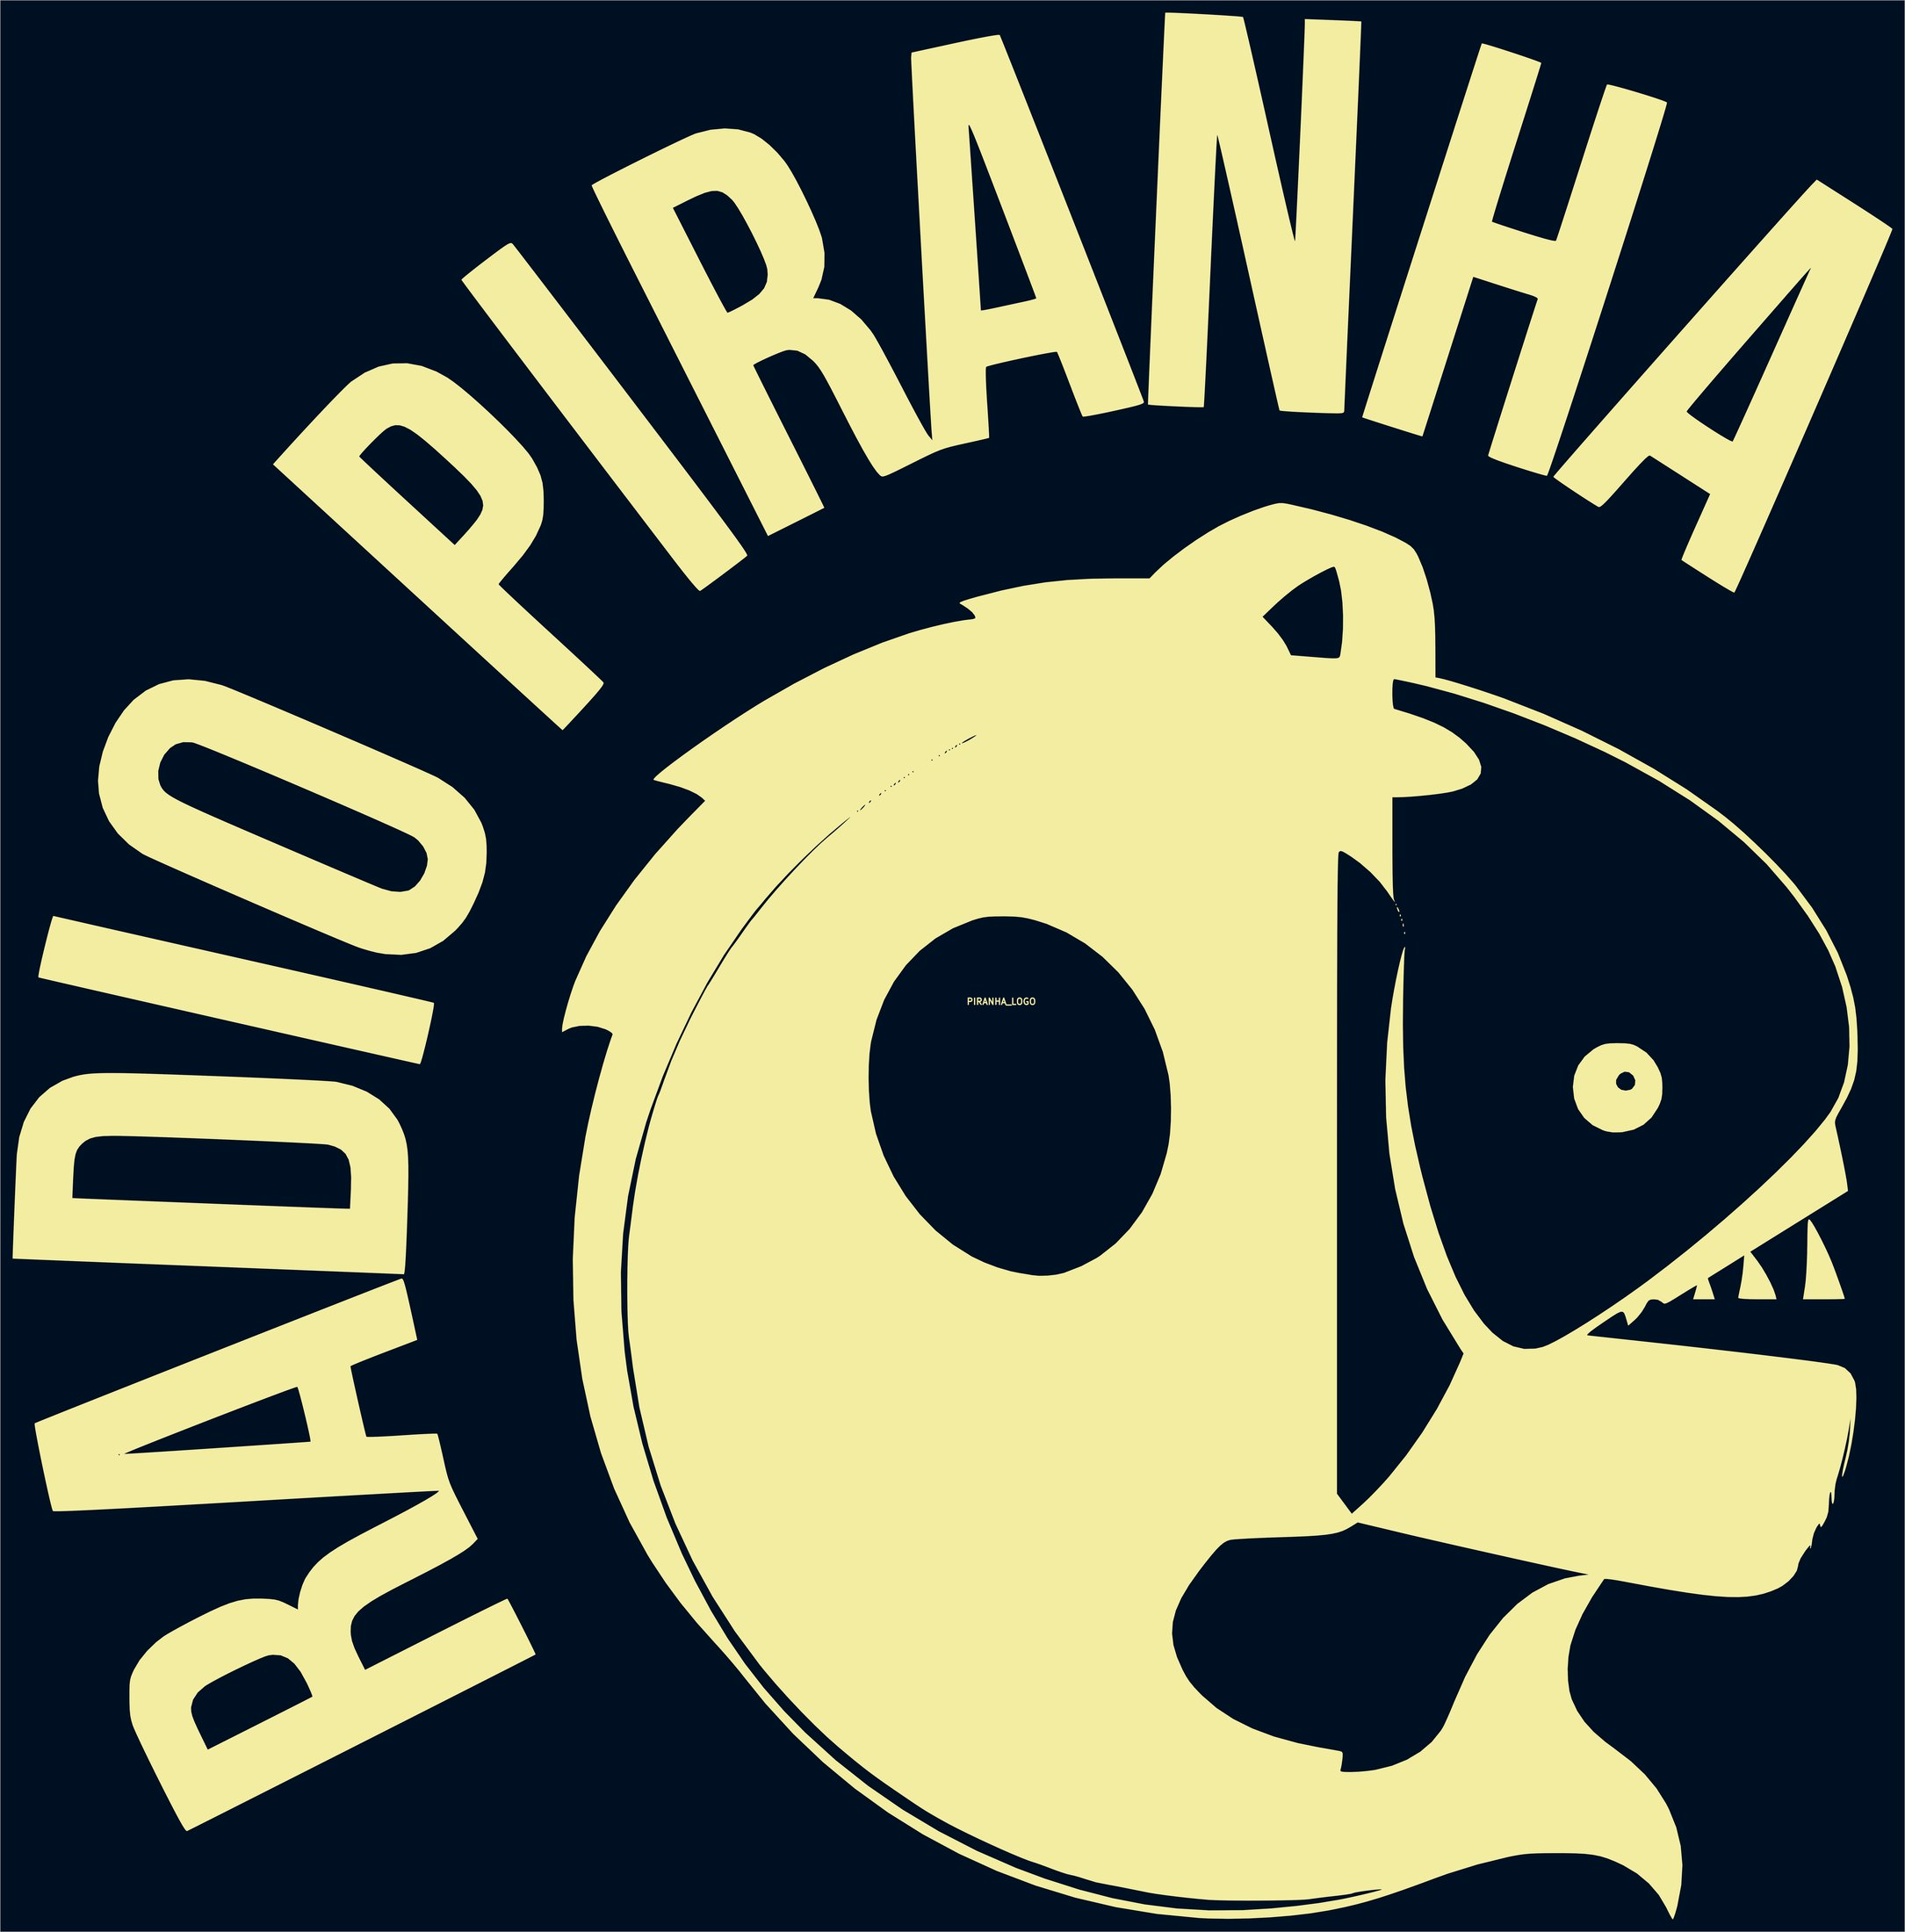
<source format=kicad_pcb>
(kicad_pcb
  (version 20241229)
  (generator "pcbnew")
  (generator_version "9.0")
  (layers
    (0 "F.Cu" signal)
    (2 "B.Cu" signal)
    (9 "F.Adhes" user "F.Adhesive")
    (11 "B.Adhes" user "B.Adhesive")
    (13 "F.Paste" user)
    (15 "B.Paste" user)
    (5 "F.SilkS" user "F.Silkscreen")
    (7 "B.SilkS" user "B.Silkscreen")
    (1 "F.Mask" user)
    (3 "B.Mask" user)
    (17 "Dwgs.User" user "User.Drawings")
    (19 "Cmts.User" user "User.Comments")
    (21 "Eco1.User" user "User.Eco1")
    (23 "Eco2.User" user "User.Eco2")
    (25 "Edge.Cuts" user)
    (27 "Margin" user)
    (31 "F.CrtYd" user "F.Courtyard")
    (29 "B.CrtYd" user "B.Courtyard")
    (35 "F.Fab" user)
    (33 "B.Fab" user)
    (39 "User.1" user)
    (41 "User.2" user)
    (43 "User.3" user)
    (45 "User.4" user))
  (footprint "PIRANHA_LOGO"
    (layer "F.Cu")
    (at 239.012 239.084)
    (property "Reference" "PIRANHA_LOGO" (at 0 0 0) (layer "F.SilkS") (effects (font (size 1.524 1.524) (thickness 0.3))))
    (attr through_hole)
    (fp_poly (pts (xy 95.603 -23.46) (xy 95.426 -23.283) (xy 95.25 -23.46) (xy 95.426 -23.636) (xy 95.603 -23.46)) (stroke (width 0.01) (type solid)) (fill yes) (layer "F.SilkS"))
    (fp_poly (pts (xy 96.544 -21.049) (xy 96.586 -20.63) (xy 96.544 -20.579) (xy 96.334 -20.627) (xy 96.308 -20.814) (xy 96.437 -21.104) (xy 96.544 -21.049)) (stroke (width 0.01) (type solid)) (fill yes) (layer "F.SilkS"))
    (fp_poly (pts (xy 96.896 -19.991) (xy 96.939 -19.572) (xy 96.896 -19.52) (xy 96.687 -19.569) (xy 96.661 -19.756) (xy 96.79 -20.046) (xy 96.896 -19.991)) (stroke (width 0.01) (type solid)) (fill yes) (layer "F.SilkS"))
    (fp_poly (pts (xy 97.255 -18.763) (xy 97.297 -18.212) (xy 97.227 -18.087) (xy 97.067 -18.192) (xy 97.042 -18.55) (xy 97.128 -18.927) (xy 97.255 -18.763)) (stroke (width 0.01) (type solid)) (fill yes) (layer "F.SilkS"))
    (fp_poly (pts (xy 97.602 -16.816) (xy 97.644 -16.397) (xy 97.602 -16.345) (xy 97.392 -16.394) (xy 97.367 -16.581) (xy 97.496 -16.871) (xy 97.602 -16.816)) (stroke (width 0.01) (type solid)) (fill yes) (layer "F.SilkS"))
    (fp_poly (pts (xy 95.999 -22.463) (xy 96.232 -21.879) (xy 96.208 -21.654) (xy 95.967 -21.78) (xy 95.823 -22.062) (xy 95.623 -22.732) (xy 95.705 -22.866) (xy 95.999 -22.463)) (stroke (width 0.01) (type solid)) (fill yes) (layer "F.SilkS"))
    (fp_poly (pts (xy 195.472 52.773) (xy 195.926 53.365) (xy 196.596 54.466) (xy 197.41 55.943) (xy 198.298 57.658) (xy 199.191 59.478) (xy 200.019 61.265) (xy 200.711 62.886) (xy 200.745 62.971) (xy 201.212 64.174) (xy 201.761 65.644) (xy 202.34 67.232) (xy 202.895 68.789) (xy 203.375 70.169) (xy 203.727 71.222) (xy 203.897 71.802) (xy 203.906 71.856) (xy 203.574 71.896) (xy 202.661 71.929) (xy 201.293 71.953) (xy 199.593 71.965) (xy 198.86 71.967) (xy 193.814 71.967) (xy 194.297 68.88) (xy 194.458 67.502) (xy 194.604 65.602) (xy 194.724 63.366) (xy 194.809 60.978) (xy 194.845 59.03) (xy 194.872 56.692) (xy 194.907 54.975) (xy 194.958 53.797) (xy 195.034 53.073) (xy 195.143 52.72) (xy 195.293 52.655) (xy 195.472 52.773)) (stroke (width 0.01) (type solid)) (fill yes) (layer "F.SilkS"))
    (fp_poly (pts (xy 150.739 10.093) (xy 151.947 10.219) (xy 152.892 10.474) (xy 153.713 10.853) (xy 155.961 12.347) (xy 157.682 14.2) (xy 158.733 15.953) (xy 159.323 17.249) (xy 159.65 18.374) (xy 159.787 19.651) (xy 159.808 20.814) (xy 159.762 22.389) (xy 159.577 23.586) (xy 159.179 24.729) (xy 158.725 25.691) (xy 157.208 28.005) (xy 155.259 29.766) (xy 152.902 30.957) (xy 150.163 31.562) (xy 149.693 31.603) (xy 147.839 31.629) (xy 146.286 31.378) (xy 145.462 31.12) (xy 142.957 29.875) (xy 140.93 28.138) (xy 139.427 25.974) (xy 138.494 23.449) (xy 138.174 20.637) (xy 138.382 18.934) (xy 148.629 18.934) (xy 148.63 19.902) (xy 149.069 20.735) (xy 149.863 21.324) (xy 150.964 21.53) (xy 152.066 21.322) (xy 152.49 21.078) (xy 153.177 20.161) (xy 153.274 19.037) (xy 152.763 17.909) (xy 152.747 17.888) (xy 151.763 17.094) (xy 150.673 16.951) (xy 149.631 17.461) (xy 149.251 17.863) (xy 148.629 18.934) (xy 138.382 18.934) (xy 138.507 17.909) (xy 139.478 15.437) (xy 141.044 13.29) (xy 143.161 11.54) (xy 144.087 11) (xy 145.077 10.53) (xy 146.003 10.247) (xy 147.105 10.106) (xy 148.619 10.061) (xy 149.049 10.06) (xy 150.739 10.093)) (stroke (width 0.01) (type solid)) (fill yes) (layer "F.SilkS"))
    (fp_poly (pts (xy -118.214 -183.241) (xy -118.125 -183.158) (xy -117.843 -182.809) (xy -117.16 -181.932) (xy -116.101 -180.56) (xy -114.692 -178.726) (xy -112.957 -176.464) (xy -110.924 -173.808) (xy -108.616 -170.789) (xy -106.06 -167.443) (xy -103.282 -163.803) (xy -100.306 -159.901) (xy -97.158 -155.771) (xy -93.864 -151.447) (xy -90.449 -146.962) (xy -89.253 -145.389) (xy -85.094 -139.922) (xy -81.346 -134.989) (xy -77.99 -130.565) (xy -75.007 -126.624) (xy -72.378 -123.142) (xy -70.085 -120.091) (xy -68.108 -117.448) (xy -66.428 -115.187) (xy -65.028 -113.281) (xy -63.887 -111.707) (xy -62.988 -110.437) (xy -62.311 -109.448) (xy -61.838 -108.712) (xy -61.549 -108.206) (xy -61.426 -107.903) (xy -61.439 -107.786) (xy -61.978 -107.34) (xy -62.938 -106.589) (xy -64.211 -105.614) (xy -65.689 -104.495) (xy -67.264 -103.312) (xy -68.829 -102.146) (xy -70.276 -101.079) (xy -71.497 -100.189) (xy -72.384 -99.558) (xy -72.83 -99.267) (xy -72.846 -99.259) (xy -73.198 -99.482) (xy -73.931 -100.244) (xy -75.018 -101.511) (xy -76.428 -103.247) (xy -78.133 -105.419) (xy -79.45 -107.132) (xy -84.16 -113.306) (xy -88.746 -119.32) (xy -93.19 -125.152) (xy -97.474 -130.778) (xy -101.579 -136.174) (xy -105.489 -141.315) (xy -109.184 -146.178) (xy -112.646 -150.74) (xy -115.858 -154.976) (xy -118.802 -158.862) (xy -121.458 -162.375) (xy -123.81 -165.491) (xy -125.839 -168.185) (xy -127.527 -170.435) (xy -128.856 -172.216) (xy -129.808 -173.504) (xy -130.365 -174.276) (xy -130.514 -174.507) (xy -130.241 -174.799) (xy -129.486 -175.446) (xy -128.333 -176.383) (xy -126.863 -177.541) (xy -125.161 -178.854) (xy -124.605 -179.277) (xy -122.636 -180.767) (xy -121.147 -181.871) (xy -120.063 -182.637) (xy -119.305 -183.111) (xy -118.795 -183.339) (xy -118.457 -183.367) (xy -118.214 -183.241)) (stroke (width 0.01) (type solid)) (fill yes) (layer "F.SilkS"))
    (fp_poly (pts (xy -228.769 -20.608) (xy -227.738 -20.369) (xy -226.099 -19.992) (xy -223.893 -19.488) (xy -221.16 -18.864) (xy -217.942 -18.131) (xy -214.278 -17.298) (xy -210.208 -16.374) (xy -205.774 -15.367) (xy -201.015 -14.288) (xy -195.973 -13.145) (xy -190.686 -11.948) (xy -185.197 -10.706) (xy -183.092 -10.229) (xy -177.539 -8.972) (xy -172.176 -7.756) (xy -167.043 -6.589) (xy -162.181 -5.482) (xy -157.629 -4.443) (xy -153.428 -3.481) (xy -149.618 -2.607) (xy -146.239 -1.829) (xy -143.332 -1.156) (xy -140.937 -0.598) (xy -139.094 -0.164) (xy -137.844 0.137) (xy -137.226 0.296) (xy -137.166 0.317) (xy -137.153 0.719) (xy -137.288 1.674) (xy -137.542 3.061) (xy -137.889 4.758) (xy -138.299 6.644) (xy -138.745 8.597) (xy -139.199 10.495) (xy -139.633 12.218) (xy -140.02 13.644) (xy -140.331 14.65) (xy -140.538 15.116) (xy -140.57 15.134) (xy -140.952 15.053) (xy -141.982 14.824) (xy -143.619 14.457) (xy -145.823 13.961) (xy -148.554 13.345) (xy -151.772 12.618) (xy -155.435 11.79) (xy -159.505 10.868) (xy -163.939 9.863) (xy -168.699 8.784) (xy -173.744 7.639) (xy -179.034 6.438) (xy -184.528 5.19) (xy -186.796 4.674) (xy -192.356 3.41) (xy -197.725 2.188) (xy -202.863 1.018) (xy -207.729 -0.091) (xy -212.284 -1.131) (xy -216.488 -2.091) (xy -220.301 -2.964) (xy -223.682 -3.738) (xy -226.592 -4.407) (xy -228.99 -4.959) (xy -230.836 -5.387) (xy -232.092 -5.68) (xy -232.715 -5.83) (xy -232.779 -5.848) (xy -232.775 -6.231) (xy -232.619 -7.165) (xy -232.341 -8.532) (xy -231.969 -10.211) (xy -231.532 -12.084) (xy -231.06 -14.029) (xy -230.583 -15.928) (xy -230.128 -17.662) (xy -229.726 -19.109) (xy -229.406 -20.151) (xy -229.196 -20.668) (xy -229.153 -20.702) (xy -228.769 -20.608)) (stroke (width 0.01) (type solid)) (fill yes) (layer "F.SilkS"))
    (fp_poly (pts (xy -140.136 -153.669) (xy -136.592 -152.321) (xy -133.936 -150.859) (xy -132.405 -149.801) (xy -130.544 -148.347) (xy -128.441 -146.582) (xy -126.184 -144.589) (xy -123.86 -142.452) (xy -121.558 -140.256) (xy -119.365 -138.084) (xy -117.37 -136.02) (xy -115.66 -134.147) (xy -114.323 -132.551) (xy -113.45 -131.317) (xy -112.23 -129.135) (xy -111.406 -127.235) (xy -110.908 -125.366) (xy -110.669 -123.279) (xy -110.618 -121.003) (xy -110.651 -119.04) (xy -110.752 -117.582) (xy -110.945 -116.429) (xy -111.258 -115.383) (xy -111.412 -114.975) (xy -112.478 -112.659) (xy -113.87 -110.33) (xy -115.675 -107.866) (xy -117.974 -105.142) (xy -118.181 -104.91) (xy -119.381 -103.552) (xy -120.39 -102.373) (xy -121.125 -101.477) (xy -121.501 -100.964) (xy -121.532 -100.892) (xy -121.28 -100.605) (xy -120.557 -99.89) (xy -119.414 -98.794) (xy -117.9 -97.364) (xy -116.067 -95.648) (xy -113.964 -93.692) (xy -111.642 -91.544) (xy -109.151 -89.252) (xy -109.008 -89.121) (xy -106.497 -86.812) (xy -104.14 -84.637) (xy -101.99 -82.646) (xy -100.098 -80.886) (xy -98.518 -79.406) (xy -97.3 -78.255) (xy -96.497 -77.481) (xy -96.161 -77.133) (xy -96.159 -77.13) (xy -96.173 -76.812) (xy -96.503 -76.225) (xy -97.188 -75.319) (xy -98.269 -74.043) (xy -99.784 -72.347) (xy -100.903 -71.124) (xy -102.407 -69.495) (xy -103.743 -68.057) (xy -104.839 -66.886) (xy -105.626 -66.058) (xy -106.031 -65.647) (xy -106.069 -65.617) (xy -106.335 -65.851) (xy -107.091 -66.535) (xy -108.306 -67.642) (xy -109.949 -69.144) (xy -111.992 -71.013) (xy -114.404 -73.222) (xy -117.154 -75.743) (xy -120.214 -78.549) (xy -123.552 -81.612) (xy -127.139 -84.905) (xy -130.944 -88.4) (xy -134.938 -92.069) (xy -139.09 -95.885) (xy -141.116 -97.747) (xy -176.068 -129.878) (xy -174.746 -131.349) (xy -174.359 -131.777) (xy -155.222 -131.777) (xy -154.971 -131.511) (xy -154.252 -130.817) (xy -153.117 -129.743) (xy -151.62 -128.34) (xy -149.811 -126.654) (xy -147.743 -124.736) (xy -145.469 -122.634) (xy -143.678 -120.984) (xy -132.134 -110.359) (xy -129.913 -112.77) (xy -128.781 -114.036) (xy -127.708 -115.297) (xy -126.878 -116.336) (xy -126.689 -116.593) (xy -125.931 -117.769) (xy -125.441 -118.859) (xy -125.249 -119.924) (xy -125.387 -121.024) (xy -125.887 -122.219) (xy -126.781 -123.571) (xy -128.101 -125.138) (xy -129.878 -126.982) (xy -132.143 -129.163) (xy -134.382 -131.239) (xy -137.088 -133.687) (xy -139.368 -135.654) (xy -141.283 -137.171) (xy -142.896 -138.269) (xy -144.266 -138.977) (xy -145.455 -139.327) (xy -146.524 -139.348) (xy -147.535 -139.071) (xy -148.549 -138.526) (xy -148.772 -138.377) (xy -149.434 -137.844) (xy -150.368 -136.989) (xy -151.46 -135.931) (xy -152.592 -134.789) (xy -153.649 -133.682) (xy -154.515 -132.728) (xy -155.074 -132.045) (xy -155.222 -131.777) (xy -174.359 -131.777) (xy -172.342 -134.008) (xy -169.922 -136.653) (xy -167.543 -139.224) (xy -165.265 -141.661) (xy -163.145 -143.901) (xy -161.24 -145.883) (xy -159.608 -147.548) (xy -158.308 -148.834) (xy -157.397 -149.68) (xy -157.151 -149.884) (xy -153.881 -152.042) (xy -150.533 -153.501) (xy -147.118 -154.258) (xy -143.648 -154.315) (xy -140.136 -153.669)) (stroke (width 0.01) (type solid)) (fill yes) (layer "F.SilkS"))
    (fp_poly (pts (xy -192.542 -77.53) (xy -188.394 -76.484) (xy -188.383 -76.48) (xy -187.595 -76.19) (xy -186.227 -75.646) (xy -184.344 -74.876) (xy -182.009 -73.907) (xy -179.289 -72.768) (xy -176.247 -71.486) (xy -172.949 -70.089) (xy -169.459 -68.605) (xy -165.842 -67.062) (xy -162.162 -65.486) (xy -158.485 -63.907) (xy -154.875 -62.351) (xy -151.397 -60.847) (xy -148.115 -59.422) (xy -145.094 -58.104) (xy -142.4 -56.921) (xy -140.096 -55.901) (xy -138.248 -55.07) (xy -136.919 -54.458) (xy -136.176 -54.092) (xy -136.172 -54.09) (xy -132.665 -51.841) (xy -129.73 -49.256) (xy -127.396 -46.367) (xy -125.691 -43.205) (xy -125.315 -42.233) (xy -124.851 -40.763) (xy -124.574 -39.39) (xy -124.44 -37.835) (xy -124.407 -36.16) (xy -124.501 -33.564) (xy -124.828 -31.191) (xy -125.438 -28.843) (xy -126.382 -26.317) (xy -127.574 -23.7) (xy -128.543 -21.776) (xy -129.405 -20.295) (xy -130.307 -19.043) (xy -131.395 -17.803) (xy -132.044 -17.131) (xy -134.906 -14.698) (xy -138.045 -12.91) (xy -141.441 -11.773) (xy -145.07 -11.294) (xy -148.913 -11.477) (xy -150.989 -11.837) (xy -152.635 -12.243) (xy -154.402 -12.76) (xy -155.399 -13.094) (xy -156.433 -13.492) (xy -158.014 -14.132) (xy -160.077 -14.986) (xy -162.559 -16.027) (xy -165.398 -17.228) (xy -168.529 -18.56) (xy -171.889 -19.997) (xy -175.415 -21.512) (xy -179.044 -23.076) (xy -182.713 -24.663) (xy -186.358 -26.245) (xy -189.916 -27.794) (xy -193.323 -29.284) (xy -196.517 -30.686) (xy -199.433 -31.973) (xy -202.009 -33.119) (xy -204.182 -34.095) (xy -205.888 -34.874) (xy -207.063 -35.428) (xy -207.61 -35.71) (xy -210.855 -37.978) (xy -213.561 -40.626) (xy -215.696 -43.601) (xy -217.228 -46.85) (xy -218.124 -50.321) (xy -218.363 -53.406) (xy -218.153 -55.749) (xy -203.809 -55.749) (xy -203.771 -53.774) (xy -203.331 -52.341) (xy -203.076 -51.84) (xy -202.781 -51.372) (xy -202.403 -50.915) (xy -201.897 -50.447) (xy -201.219 -49.945) (xy -200.325 -49.387) (xy -199.173 -48.75) (xy -197.717 -48.014) (xy -195.914 -47.154) (xy -193.72 -46.15) (xy -191.092 -44.978) (xy -187.985 -43.617) (xy -184.355 -42.044) (xy -180.159 -40.236) (xy -175.911 -38.412) (xy -171.961 -36.718) (xy -168.157 -35.09) (xy -164.555 -33.551) (xy -161.21 -32.124) (xy -158.18 -30.835) (xy -155.521 -29.707) (xy -153.29 -28.764) (xy -151.542 -28.029) (xy -150.335 -27.528) (xy -149.754 -27.295) (xy -147.473 -26.665) (xy -145.303 -26.505) (xy -143.426 -26.822) (xy -143.102 -26.944) (xy -141.74 -27.843) (xy -140.498 -29.255) (xy -139.492 -30.988) (xy -138.837 -32.85) (xy -138.642 -34.403) (xy -138.944 -35.926) (xy -139.767 -37.516) (xy -140.979 -38.96) (xy -141.884 -39.7) (xy -142.509 -40.045) (xy -143.716 -40.632) (xy -145.443 -41.433) (xy -147.629 -42.423) (xy -150.212 -43.575) (xy -153.132 -44.863) (xy -156.326 -46.26) (xy -159.735 -47.742) (xy -163.295 -49.28) (xy -166.947 -50.85) (xy -170.628 -52.424) (xy -174.277 -53.978) (xy -177.834 -55.483) (xy -181.236 -56.915) (xy -184.422 -58.247) (xy -187.332 -59.452) (xy -189.903 -60.505) (xy -192.075 -61.38) (xy -193.786 -62.049) (xy -194.975 -62.487) (xy -195.58 -62.668) (xy -195.585 -62.669) (xy -197.756 -62.722) (xy -199.578 -62.211) (xy -200.97 -61.28) (xy -202.363 -59.675) (xy -203.325 -57.774) (xy -203.809 -55.749) (xy -218.153 -55.749) (xy -218.055 -56.839) (xy -217.198 -60.423) (xy -215.866 -63.992) (xy -214.131 -67.38) (xy -212.069 -70.42) (xy -209.751 -72.945) (xy -209.737 -72.958) (xy -206.815 -75.172) (xy -203.621 -76.738) (xy -200.169 -77.655) (xy -196.472 -77.919) (xy -192.542 -77.53)) (stroke (width 0.01) (type solid)) (fill yes) (layer "F.SilkS"))
    (fp_poly (pts (xy -211.799 17.314) (xy -208.952 17.376) (xy -205.628 17.47) (xy -201.775 17.594) (xy -197.344 17.749) (xy -192.283 17.934) (xy -189.651 18.033) (xy -185.31 18.2) (xy -181.13 18.368) (xy -177.172 18.534) (xy -173.496 18.696) (xy -170.163 18.851) (xy -167.233 18.995) (xy -164.764 19.126) (xy -162.819 19.241) (xy -161.456 19.337) (xy -160.737 19.412) (xy -160.724 19.414) (xy -156.85 20.368) (xy -153.393 21.791) (xy -150.401 23.651) (xy -147.919 25.917) (xy -145.995 28.557) (xy -145.429 29.633) (xy -144.871 30.858) (xy -144.41 32.02) (xy -144.041 33.198) (xy -143.757 34.469) (xy -143.551 35.91) (xy -143.417 37.6) (xy -143.349 39.616) (xy -143.34 42.035) (xy -143.384 44.936) (xy -143.474 48.396) (xy -143.586 51.947) (xy -143.726 55.922) (xy -143.859 59.208) (xy -143.988 61.821) (xy -144.112 63.78) (xy -144.234 65.099) (xy -144.353 65.795) (xy -144.433 65.922) (xy -144.825 65.903) (xy -145.882 65.858) (xy -147.561 65.788) (xy -149.821 65.696) (xy -152.621 65.583) (xy -155.919 65.45) (xy -159.675 65.3) (xy -163.848 65.134) (xy -168.395 64.953) (xy -173.275 64.76) (xy -178.448 64.555) (xy -183.872 64.341) (xy -189.505 64.12) (xy -191.911 64.025) (xy -197.612 63.801) (xy -203.116 63.584) (xy -208.381 63.376) (xy -213.367 63.178) (xy -218.033 62.992) (xy -222.338 62.82) (xy -226.242 62.663) (xy -229.703 62.523) (xy -232.681 62.402) (xy -235.135 62.301) (xy -237.023 62.222) (xy -238.306 62.167) (xy -238.942 62.137) (xy -239.007 62.132) (xy -238.992 61.437) (xy -238.951 60.143) (xy -238.888 58.357) (xy -238.807 56.187) (xy -238.713 53.738) (xy -238.61 51.117) (xy -238.501 48.431) (xy -238.46 47.432) (xy -224.57 47.432) (xy -224.569 47.502) (xy -224.223 47.522) (xy -223.231 47.567) (xy -221.655 47.634) (xy -219.553 47.722) (xy -216.985 47.826) (xy -214.012 47.946) (xy -210.692 48.079) (xy -207.087 48.223) (xy -203.255 48.375) (xy -199.258 48.532) (xy -195.153 48.693) (xy -191.003 48.856) (xy -186.865 49.017) (xy -182.801 49.175) (xy -178.869 49.326) (xy -175.131 49.47) (xy -171.645 49.603) (xy -168.472 49.724) (xy -165.671 49.829) (xy -163.302 49.916) (xy -161.426 49.984) (xy -160.102 50.029) (xy -159.422 50.05) (xy -157.448 50.094) (xy -157.224 45.411) (xy -157.166 42.44) (xy -157.336 40.07) (xy -157.773 38.225) (xy -158.516 36.827) (xy -159.604 35.798) (xy -161.077 35.061) (xy -162.694 34.598) (xy -163.3 34.527) (xy -164.541 34.435) (xy -166.347 34.325) (xy -168.648 34.2) (xy -171.374 34.062) (xy -174.456 33.916) (xy -177.823 33.762) (xy -181.404 33.605) (xy -185.131 33.447) (xy -188.933 33.291) (xy -192.741 33.14) (xy -196.483 32.997) (xy -200.09 32.864) (xy -203.493 32.746) (xy -206.62 32.643) (xy -209.403 32.56) (xy -211.771 32.5) (xy -213.654 32.464) (xy -214.715 32.456) (xy -217.071 32.514) (xy -218.873 32.712) (xy -220.262 33.087) (xy -221.384 33.673) (xy -222.191 34.324) (xy -222.898 35.068) (xy -223.42 35.871) (xy -223.793 36.861) (xy -224.05 38.167) (xy -224.227 39.918) (xy -224.359 42.24) (xy -224.364 42.333) (xy -224.444 44.146) (xy -224.508 45.684) (xy -224.552 46.821) (xy -224.57 47.432) (xy -238.46 47.432) (xy -238.392 45.786) (xy -238.287 43.289) (xy -238.19 41.047) (xy -238.106 39.166) (xy -238.038 37.753) (xy -237.991 36.915) (xy -237.987 36.865) (xy -237.404 32.769) (xy -236.297 29.098) (xy -234.683 25.876) (xy -232.579 23.129) (xy -230.004 20.88) (xy -226.975 19.152) (xy -224.359 18.198) (xy -223.514 17.968) (xy -222.649 17.772) (xy -221.716 17.609) (xy -220.661 17.479) (xy -219.436 17.382) (xy -217.987 17.317) (xy -216.266 17.284) (xy -214.22 17.283) (xy -211.799 17.314)) (stroke (width 0.01) (type solid)) (fill yes) (layer "F.SilkS"))
    (fp_poly (pts (xy 206.207 -192.932) (xy 208.473 -191.478) (xy 210.541 -190.135) (xy 212.337 -188.952) (xy 213.788 -187.977) (xy 214.82 -187.261) (xy 215.358 -186.853) (xy 215.418 -186.788) (xy 215.298 -186.426) (xy 214.914 -185.463) (xy 214.287 -183.946) (xy 213.435 -181.92) (xy 212.379 -179.43) (xy 211.139 -176.522) (xy 209.734 -173.241) (xy 208.184 -169.633) (xy 206.509 -165.744) (xy 204.728 -161.619) (xy 202.862 -157.303) (xy 200.931 -152.843) (xy 198.953 -148.283) (xy 196.949 -143.669) (xy 194.939 -139.047) (xy 192.942 -134.463) (xy 190.979 -129.961) (xy 189.069 -125.587) (xy 187.231 -121.388) (xy 185.487 -117.408) (xy 183.854 -113.693) (xy 182.354 -110.288) (xy 181.006 -107.239) (xy 179.83 -104.592) (xy 178.846 -102.393) (xy 178.073 -100.686) (xy 177.531 -99.517) (xy 177.24 -98.932) (xy 177.198 -98.871) (xy 176.821 -99.022) (xy 175.945 -99.502) (xy 174.663 -100.256) (xy 173.067 -101.23) (xy 171.249 -102.368) (xy 170.731 -102.698) (xy 168.877 -103.882) (xy 167.233 -104.935) (xy 165.888 -105.801) (xy 164.934 -106.419) (xy 164.459 -106.733) (xy 164.425 -106.758) (xy 164.523 -107.102) (xy 164.875 -108) (xy 165.443 -109.363) (xy 166.191 -111.103) (xy 167.08 -113.13) (xy 167.82 -114.791) (xy 171.36 -122.692) (xy 164.289 -127.227) (xy 162.28 -128.515) (xy 160.455 -129.684) (xy 158.903 -130.676) (xy 157.713 -131.436) (xy 156.972 -131.907) (xy 156.775 -132.03) (xy 156.392 -131.871) (xy 155.594 -131.176) (xy 154.378 -129.939) (xy 152.737 -128.156) (xy 150.667 -125.822) (xy 150.626 -125.775) (xy 148.794 -123.694) (xy 147.361 -122.102) (xy 146.273 -120.944) (xy 145.478 -120.169) (xy 144.92 -119.723) (xy 144.547 -119.554) (xy 144.338 -119.587) (xy 143.299 -120.211) (xy 141.957 -121.054) (xy 140.424 -122.042) (xy 138.811 -123.102) (xy 137.231 -124.157) (xy 135.794 -125.135) (xy 134.611 -125.959) (xy 133.795 -126.557) (xy 133.457 -126.853) (xy 133.455 -126.858) (xy 133.672 -127.15) (xy 134.326 -127.93) (xy 135.384 -129.164) (xy 136.811 -130.812) (xy 138.575 -132.837) (xy 140.644 -135.203) (xy 142.983 -137.871) (xy 145.56 -140.805) (xy 147.186 -142.653) (xy 165.669 -142.653) (xy 165.935 -142.329) (xy 166.687 -141.72) (xy 167.812 -140.9) (xy 169.198 -139.942) (xy 170.732 -138.919) (xy 172.302 -137.905) (xy 173.796 -136.972) (xy 175.102 -136.193) (xy 176.107 -135.642) (xy 176.7 -135.392) (xy 176.802 -135.398) (xy 176.984 -135.755) (xy 177.427 -136.701) (xy 178.108 -138.181) (xy 179.001 -140.14) (xy 180.081 -142.523) (xy 181.322 -145.273) (xy 182.701 -148.337) (xy 184.191 -151.658) (xy 185.768 -155.182) (xy 186.102 -155.928) (xy 187.699 -159.502) (xy 189.218 -162.897) (xy 190.633 -166.057) (xy 191.918 -168.924) (xy 193.048 -171.442) (xy 193.997 -173.554) (xy 194.74 -175.203) (xy 195.251 -176.332) (xy 195.505 -176.884) (xy 195.521 -176.918) (xy 195.619 -177.105) (xy 195.697 -177.259) (xy 195.724 -177.345) (xy 195.668 -177.326) (xy 195.497 -177.168) (xy 195.18 -176.834) (xy 194.684 -176.29) (xy 193.979 -175.499) (xy 193.032 -174.426) (xy 191.811 -173.035) (xy 190.286 -171.292) (xy 188.424 -169.159) (xy 186.193 -166.603) (xy 183.563 -163.587) (xy 180.5 -160.075) (xy 180.449 -160.017) (xy 177.876 -157.061) (xy 175.445 -154.255) (xy 173.195 -151.645) (xy 171.164 -149.277) (xy 169.393 -147.198) (xy 167.92 -145.454) (xy 166.785 -144.09) (xy 166.027 -143.153) (xy 165.685 -142.689) (xy 165.669 -142.653) (xy 147.186 -142.653) (xy 148.342 -143.967) (xy 151.296 -147.32) (xy 154.389 -150.827) (xy 157.587 -154.449) (xy 160.859 -158.15) (xy 164.169 -161.893) (xy 167.487 -165.639) (xy 170.778 -169.352) (xy 174.009 -172.995) (xy 177.148 -176.529) (xy 180.161 -179.918) (xy 183.016 -183.125) (xy 185.679 -186.111) (xy 188.118 -188.84) (xy 190.298 -191.274) (xy 192.188 -193.376) (xy 193.754 -195.109) (xy 194.963 -196.435) (xy 195.782 -197.317) (xy 195.975 -197.518) (xy 197.14 -198.715) (xy 206.207 -192.932)) (stroke (width 0.01) (type solid)) (fill yes) (layer "F.SilkS"))
    (fp_poly (pts (xy 116.524 -231.578) (xy 117.436 -231.332) (xy 118.775 -230.933) (xy 120.42 -230.42) (xy 122.253 -229.832) (xy 124.155 -229.209) (xy 126.006 -228.59) (xy 127.687 -228.014) (xy 129.078 -227.52) (xy 130.061 -227.147) (xy 130.516 -226.934) (xy 130.534 -226.913) (xy 130.43 -226.539) (xy 130.131 -225.554) (xy 129.655 -224.019) (xy 129.022 -221.995) (xy 128.25 -219.543) (xy 127.359 -216.723) (xy 126.367 -213.597) (xy 125.295 -210.226) (xy 124.487 -207.689) (xy 123.372 -204.182) (xy 122.33 -200.88) (xy 121.379 -197.841) (xy 120.538 -195.128) (xy 119.826 -192.8) (xy 119.26 -190.918) (xy 118.86 -189.543) (xy 118.644 -188.735) (xy 118.613 -188.538) (xy 118.988 -188.384) (xy 119.936 -188.05) (xy 121.362 -187.569) (xy 123.165 -186.975) (xy 125.249 -186.299) (xy 126.336 -185.951) (xy 129.178 -185.064) (xy 131.368 -184.425) (xy 132.914 -184.031) (xy 133.824 -183.881) (xy 134.1 -183.935) (xy 134.246 -184.336) (xy 134.585 -185.347) (xy 135.097 -186.906) (xy 135.762 -188.95) (xy 136.56 -191.417) (xy 137.47 -194.245) (xy 138.473 -197.371) (xy 139.548 -200.732) (xy 140.222 -202.847) (xy 141.332 -206.319) (xy 142.385 -209.591) (xy 143.36 -212.601) (xy 144.237 -215.286) (xy 144.996 -217.584) (xy 145.617 -219.434) (xy 146.077 -220.772) (xy 146.358 -221.538) (xy 146.432 -221.697) (xy 146.825 -221.675) (xy 147.767 -221.47) (xy 149.137 -221.117) (xy 150.813 -220.653) (xy 152.674 -220.115) (xy 154.599 -219.538) (xy 156.466 -218.959) (xy 158.155 -218.414) (xy 159.544 -217.939) (xy 160.511 -217.572) (xy 160.925 -217.358) (xy 160.861 -216.99) (xy 160.593 -215.999) (xy 160.135 -214.432) (xy 159.503 -212.338) (xy 158.713 -209.763) (xy 157.78 -206.754) (xy 156.719 -203.361) (xy 155.545 -199.629) (xy 154.274 -195.607) (xy 152.921 -191.341) (xy 151.501 -186.88) (xy 150.029 -182.271) (xy 148.521 -177.562) (xy 146.992 -172.799) (xy 145.457 -168.03) (xy 143.931 -163.304) (xy 142.431 -158.667) (xy 140.97 -154.167) (xy 139.565 -149.851) (xy 138.23 -145.767) (xy 136.981 -141.962) (xy 135.834 -138.484) (xy 134.803 -135.381) (xy 133.903 -132.699) (xy 133.151 -130.487) (xy 132.56 -128.791) (xy 132.147 -127.66) (xy 131.927 -127.14) (xy 131.902 -127.111) (xy 131.43 -127.196) (xy 130.397 -127.471) (xy 128.911 -127.905) (xy 127.081 -128.465) (xy 125.015 -129.12) (xy 124.531 -129.277) (xy 121.821 -130.179) (xy 119.792 -130.909) (xy 118.442 -131.467) (xy 117.769 -131.854) (xy 117.686 -131.988) (xy 117.794 -132.376) (xy 118.094 -133.361) (xy 118.561 -134.87) (xy 119.173 -136.829) (xy 119.905 -139.163) (xy 120.735 -141.798) (xy 121.638 -144.661) (xy 122.592 -147.676) (xy 123.572 -150.77) (xy 124.556 -153.868) (xy 125.519 -156.897) (xy 126.439 -159.782) (xy 127.291 -162.449) (xy 128.052 -164.824) (xy 128.699 -166.832) (xy 129.208 -168.4) (xy 129.555 -169.454) (xy 129.706 -169.889) (xy 129.475 -170.176) (xy 128.729 -170.543) (xy 127.808 -170.854) (xy 126.776 -171.162) (xy 125.237 -171.638) (xy 123.355 -172.23) (xy 121.296 -172.886) (xy 119.931 -173.325) (xy 114.097 -175.21) (xy 107.967 -155.956) (xy 106.842 -152.425) (xy 105.783 -149.101) (xy 104.808 -146.043) (xy 103.937 -143.312) (xy 103.188 -140.967) (xy 102.58 -139.068) (xy 102.133 -137.674) (xy 101.866 -136.846) (xy 101.795 -136.631) (xy 101.469 -136.716) (xy 100.59 -136.98) (xy 99.275 -137.386) (xy 97.644 -137.895) (xy 95.815 -138.472) (xy 93.905 -139.077) (xy 92.033 -139.673) (xy 90.318 -140.224) (xy 88.877 -140.691) (xy 87.83 -141.037) (xy 87.293 -141.224) (xy 87.249 -141.245) (xy 87.345 -141.58) (xy 87.642 -142.54) (xy 88.124 -144.077) (xy 88.777 -146.144) (xy 89.584 -148.693) (xy 90.532 -151.677) (xy 91.604 -155.049) (xy 92.786 -158.761) (xy 94.062 -162.767) (xy 95.418 -167.018) (xy 96.838 -171.467) (xy 98.307 -176.068) (xy 99.811 -180.772) (xy 101.332 -185.533) (xy 102.858 -190.302) (xy 104.372 -195.033) (xy 105.86 -199.679) (xy 107.306 -204.191) (xy 108.695 -208.523) (xy 110.011 -212.627) (xy 111.241 -216.457) (xy 112.369 -219.963) (xy 113.379 -223.1) (xy 114.256 -225.82) (xy 114.986 -228.076) (xy 115.552 -229.82) (xy 115.941 -231.004) (xy 116.137 -231.582) (xy 116.157 -231.633) (xy 116.524 -231.578)) (stroke (width 0.01) (type solid)) (fill yes) (layer "F.SilkS"))
    (fp_poly (pts (xy 40.985 -239.062) (xy 42.432 -239.011) (xy 44.243 -238.932) (xy 46.308 -238.832) (xy 48.511 -238.716) (xy 50.741 -238.592) (xy 52.884 -238.465) (xy 54.828 -238.341) (xy 56.459 -238.226) (xy 57.664 -238.127) (xy 58.331 -238.051) (xy 58.426 -238.025) (xy 58.542 -237.647) (xy 58.799 -236.633) (xy 59.183 -235.035) (xy 59.683 -232.906) (xy 60.287 -230.297) (xy 60.984 -227.263) (xy 61.759 -223.855) (xy 62.603 -220.125) (xy 63.502 -216.127) (xy 64.444 -211.912) (xy 64.756 -210.515) (xy 65.706 -206.265) (xy 66.615 -202.231) (xy 67.471 -198.464) (xy 68.262 -195.014) (xy 68.977 -191.932) (xy 69.603 -189.269) (xy 70.129 -187.074) (xy 70.542 -185.399) (xy 70.832 -184.295) (xy 70.987 -183.81) (xy 71.007 -183.797) (xy 71.044 -184.204) (xy 71.108 -185.249) (xy 71.196 -186.865) (xy 71.304 -188.983) (xy 71.431 -191.537) (xy 71.572 -194.459) (xy 71.724 -197.683) (xy 71.885 -201.141) (xy 72.052 -204.765) (xy 72.221 -208.489) (xy 72.39 -212.245) (xy 72.555 -215.966) (xy 72.714 -219.584) (xy 72.863 -223.032) (xy 72.999 -226.243) (xy 73.12 -229.15) (xy 73.222 -231.685) (xy 73.302 -233.782) (xy 73.358 -235.372) (xy 73.386 -236.389) (xy 73.388 -236.677) (xy 73.378 -237.522) (xy 80.167 -237.267) (xy 82.273 -237.185) (xy 84.122 -237.105) (xy 85.603 -237.035) (xy 86.607 -236.978) (xy 87.025 -236.94) (xy 87.03 -236.938) (xy 87.024 -236.583) (xy 86.987 -235.564) (xy 86.922 -233.923) (xy 86.83 -231.701) (xy 86.713 -228.938) (xy 86.573 -225.676) (xy 86.412 -221.956) (xy 86.232 -217.82) (xy 86.033 -213.307) (xy 85.819 -208.46) (xy 85.59 -203.32) (xy 85.349 -197.927) (xy 85.098 -192.323) (xy 85.007 -190.31) (xy 84.751 -184.626) (xy 84.505 -179.13) (xy 84.268 -173.863) (xy 84.045 -168.867) (xy 83.836 -164.184) (xy 83.643 -159.857) (xy 83.468 -155.926) (xy 83.314 -152.435) (xy 83.181 -149.424) (xy 83.073 -146.937) (xy 82.99 -145.015) (xy 82.934 -143.699) (xy 82.908 -143.033) (xy 82.906 -142.963) (xy 82.869 -142.584) (xy 82.669 -142.353) (xy 82.169 -142.239) (xy 81.232 -142.209) (xy 79.816 -142.227) (xy 78.205 -142.268) (xy 76.163 -142.338) (xy 73.963 -142.425) (xy 72.064 -142.512) (xy 70.328 -142.607) (xy 68.865 -142.707) (xy 67.808 -142.802) (xy 67.293 -142.881) (xy 67.266 -142.895) (xy 67.172 -143.254) (xy 66.937 -144.255) (xy 66.57 -145.85) (xy 66.083 -147.993) (xy 65.486 -150.636) (xy 64.79 -153.731) (xy 64.006 -157.232) (xy 63.143 -161.091) (xy 62.213 -165.261) (xy 61.226 -169.695) (xy 60.193 -174.345) (xy 59.76 -176.299) (xy 58.711 -181.02) (xy 57.703 -185.542) (xy 56.747 -189.817) (xy 55.853 -193.797) (xy 55.031 -197.437) (xy 54.294 -200.689) (xy 53.65 -203.507) (xy 53.112 -205.842) (xy 52.689 -207.649) (xy 52.392 -208.88) (xy 52.232 -209.489) (xy 52.208 -209.548) (xy 52.167 -209.204) (xy 52.098 -208.204) (xy 52.002 -206.597) (xy 51.884 -204.431) (xy 51.745 -201.757) (xy 51.587 -198.621) (xy 51.414 -195.075) (xy 51.227 -191.165) (xy 51.029 -186.942) (xy 50.822 -182.453) (xy 50.609 -177.749) (xy 50.563 -176.713) (xy 50.35 -171.965) (xy 50.142 -167.418) (xy 49.942 -163.124) (xy 49.754 -159.13) (xy 49.579 -155.486) (xy 49.419 -152.242) (xy 49.277 -149.447) (xy 49.156 -147.149) (xy 49.058 -145.398) (xy 48.985 -144.243) (xy 48.94 -143.734) (xy 48.934 -143.714) (xy 48.553 -143.683) (xy 47.602 -143.689) (xy 46.216 -143.726) (xy 44.527 -143.787) (xy 42.671 -143.866) (xy 40.781 -143.957) (xy 38.993 -144.053) (xy 37.439 -144.148) (xy 36.254 -144.237) (xy 35.572 -144.312) (xy 35.462 -144.342) (xy 35.467 -144.698) (xy 35.501 -145.709) (xy 35.563 -147.325) (xy 35.65 -149.497) (xy 35.76 -152.174) (xy 35.891 -155.308) (xy 36.041 -158.849) (xy 36.207 -162.746) (xy 36.388 -166.95) (xy 36.581 -171.411) (xy 36.784 -176.08) (xy 36.995 -180.906) (xy 37.211 -185.841) (xy 37.43 -190.834) (xy 37.651 -195.836) (xy 37.871 -200.796) (xy 38.088 -205.666) (xy 38.299 -210.395) (xy 38.502 -214.933) (xy 38.696 -219.232) (xy 38.878 -223.241) (xy 39.046 -226.91) (xy 39.197 -230.19) (xy 39.33 -233.031) (xy 39.443 -235.383) (xy 39.532 -237.197) (xy 39.596 -238.423) (xy 39.633 -239.011) (xy 39.639 -239.056) (xy 40.016 -239.079) (xy 40.985 -239.062)) (stroke (width 0.01) (type solid)) (fill yes) (layer "F.SilkS"))
    (fp_poly (pts (xy -0.388 -233.683) (xy -0.233 -233.329) (xy 0.161 -232.365) (xy 0.775 -230.837) (xy 1.591 -228.791) (xy 2.592 -226.273) (xy 3.759 -223.331) (xy 5.073 -220.01) (xy 6.516 -216.356) (xy 8.071 -212.417) (xy 9.719 -208.239) (xy 11.441 -203.868) (xy 13.219 -199.351) (xy 15.036 -194.733) (xy 16.873 -190.062) (xy 18.711 -185.383) (xy 20.533 -180.744) (xy 22.32 -176.19) (xy 24.053 -171.769) (xy 25.716 -167.526) (xy 27.289 -163.507) (xy 28.754 -159.76) (xy 30.093 -156.331) (xy 31.288 -153.266) (xy 32.32 -150.611) (xy 33.172 -148.413) (xy 33.825 -146.719) (xy 34.26 -145.574) (xy 34.46 -145.026) (xy 34.469 -144.995) (xy 34.423 -144.781) (xy 34.117 -144.56) (xy 33.475 -144.309) (xy 32.418 -144.004) (xy 30.868 -143.621) (xy 28.749 -143.136) (xy 27.275 -142.81) (xy 25.093 -142.343) (xy 23.145 -141.95) (xy 21.537 -141.649) (xy 20.372 -141.461) (xy 19.754 -141.404) (xy 19.687 -141.419) (xy 19.496 -141.799) (xy 19.098 -142.744) (xy 18.528 -144.159) (xy 17.827 -145.946) (xy 17.032 -148.01) (xy 16.57 -149.225) (xy 15.739 -151.403) (xy 14.981 -153.36) (xy 14.334 -154.998) (xy 13.836 -156.221) (xy 13.526 -156.933) (xy 13.45 -157.071) (xy 13.055 -157.069) (xy 12.088 -156.93) (xy 10.664 -156.68) (xy 8.899 -156.342) (xy 6.908 -155.94) (xy 4.806 -155.5) (xy 2.709 -155.046) (xy 0.731 -154.602) (xy -1.013 -154.193) (xy -2.406 -153.843) (xy -3.334 -153.576) (xy -3.67 -153.434) (xy -3.747 -152.996) (xy -3.764 -151.929) (xy -3.726 -150.308) (xy -3.632 -148.205) (xy -3.487 -145.696) (xy -3.425 -144.754) (xy -3.27 -142.402) (xy -3.139 -140.298) (xy -3.037 -138.539) (xy -2.97 -137.223) (xy -2.943 -136.448) (xy -2.949 -136.28) (xy -3.306 -136.179) (xy -4.237 -135.956) (xy -5.626 -135.637) (xy -7.359 -135.248) (xy -8.776 -134.936) (xy -10.672 -134.515) (xy -12.208 -134.145) (xy -13.528 -133.771) (xy -14.776 -133.341) (xy -16.096 -132.799) (xy -17.632 -132.093) (xy -19.527 -131.168) (xy -21.582 -130.144) (xy -23.87 -129.002) (xy -25.614 -128.146) (xy -26.897 -127.544) (xy -27.803 -127.166) (xy -28.418 -126.979) (xy -28.826 -126.951) (xy -29.112 -127.052) (xy -29.346 -127.236) (xy -30.104 -128.069) (xy -31.036 -129.366) (xy -32.161 -131.158) (xy -33.498 -133.478) (xy -35.066 -136.357) (xy -36.882 -139.827) (xy -38.438 -142.875) (xy -39.901 -145.751) (xy -41.099 -148.072) (xy -42.08 -149.916) (xy -42.888 -151.362) (xy -43.571 -152.488) (xy -44.174 -153.372) (xy -44.744 -154.093) (xy -45.325 -154.73) (xy -45.488 -154.895) (xy -47.398 -156.471) (xy -49.305 -157.354) (xy -51.239 -157.555) (xy -51.916 -157.469) (xy -52.647 -157.254) (xy -53.758 -156.834) (xy -55.098 -156.279) (xy -56.517 -155.656) (xy -57.863 -155.031) (xy -58.987 -154.474) (xy -59.738 -154.052) (xy -59.971 -153.846) (xy -59.816 -153.5) (xy -59.372 -152.583) (xy -58.668 -151.152) (xy -57.732 -149.266) (xy -56.593 -146.983) (xy -55.281 -144.361) (xy -53.825 -141.458) (xy -52.253 -138.332) (xy -51.347 -136.535) (xy -49.726 -133.317) (xy -48.207 -130.295) (xy -46.819 -127.525) (xy -45.589 -125.066) (xy -44.548 -122.974) (xy -43.722 -121.308) (xy -43.142 -120.124) (xy -42.835 -119.48) (xy -42.794 -119.377) (xy -43.115 -119.209) (xy -43.975 -118.773) (xy -45.282 -118.115) (xy -46.943 -117.282) (xy -48.864 -116.32) (xy -49.634 -115.935) (xy -56.405 -112.552) (xy -67.423 -134.328) (xy -69.67 -138.77) (xy -72.135 -143.642) (xy -74.748 -148.805) (xy -77.438 -154.121) (xy -80.133 -159.448) (xy -82.764 -164.647) (xy -85.26 -169.58) (xy -87.55 -174.105) (xy -88.789 -176.554) (xy -90.573 -180.087) (xy -92.257 -183.436) (xy -93.813 -186.549) (xy -95.217 -189.371) (xy -96.441 -191.85) (xy -96.46 -191.89) (xy -79.405 -191.89) (xy -72.952 -179.207) (xy -71.541 -176.449) (xy -70.222 -173.897) (xy -69.029 -171.618) (xy -67.999 -169.679) (xy -67.167 -168.145) (xy -66.567 -167.084) (xy -66.237 -166.561) (xy -66.189 -166.518) (xy -65.768 -166.674) (xy -64.873 -167.1) (xy -63.648 -167.727) (xy -62.611 -168.279) (xy -60.233 -169.694) (xy -58.489 -171.063) (xy -57.32 -172.47) (xy -56.667 -174) (xy -56.471 -175.739) (xy -56.563 -177.033) (xy -56.829 -178.069) (xy -57.397 -179.584) (xy -58.202 -181.453) (xy -59.181 -183.549) (xy -60.27 -185.748) (xy -61.406 -187.923) (xy -62.525 -189.951) (xy -63.564 -191.705) (xy -64.459 -193.06) (xy -65.063 -193.808) (xy -66.273 -194.923) (xy -67.434 -195.654) (xy -68.652 -195.998) (xy -70.036 -195.953) (xy -71.693 -195.518) (xy -73.731 -194.691) (xy -75.948 -193.624) (xy -79.405 -191.89) (xy -96.46 -191.89) (xy -97.459 -193.932) (xy -98.246 -195.563) (xy -98.774 -196.692) (xy -99.018 -197.264) (xy -99.032 -197.323) (xy -98.692 -197.573) (xy -97.8 -198.086) (xy -96.437 -198.822) (xy -94.686 -199.738) (xy -92.631 -200.793) (xy -90.355 -201.947) (xy -87.94 -203.158) (xy -85.469 -204.385) (xy -83.026 -205.586) (xy -80.693 -206.72) (xy -78.553 -207.746) (xy -76.69 -208.622) (xy -75.186 -209.308) (xy -74.124 -209.762) (xy -73.764 -209.895) (xy -70.288 -210.763) (xy -66.873 -211.082) (xy -63.634 -210.857) (xy -60.69 -210.087) (xy -59.74 -209.685) (xy -57.959 -208.613) (xy -56.034 -207.069) (xy -54.136 -205.21) (xy -52.432 -203.196) (xy -51.697 -202.164) (xy -50.678 -200.509) (xy -49.523 -198.429) (xy -48.299 -196.067) (xy -47.071 -193.562) (xy -45.908 -191.057) (xy -44.875 -188.692) (xy -44.039 -186.609) (xy -43.468 -184.948) (xy -43.348 -184.514) (xy -42.743 -180.953) (xy -42.788 -177.627) (xy -43.486 -174.49) (xy -44.211 -172.697) (xy -45.474 -170.039) (xy -44.344 -170.03) (xy -41.646 -169.668) (xy -38.943 -168.659) (xy -36.316 -167.054) (xy -33.847 -164.908) (xy -31.617 -162.272) (xy -30.923 -161.268) (xy -30.384 -160.376) (xy -29.578 -158.952) (xy -28.557 -157.093) (xy -27.374 -154.895) (xy -26.081 -152.456) (xy -24.73 -149.872) (xy -24.032 -148.519) (xy -22.705 -145.964) (xy -21.436 -143.562) (xy -20.272 -141.399) (xy -19.26 -139.559) (xy -18.446 -138.128) (xy -17.876 -137.191) (xy -17.673 -136.903) (xy -16.672 -135.693) (xy -16.812 -137.432) (xy -16.879 -138.366) (xy -16.978 -139.916) (xy -17.107 -142.03) (xy -17.263 -144.657) (xy -17.443 -147.745) (xy -17.644 -151.243) (xy -17.864 -155.1) (xy -18.099 -159.263) (xy -18.348 -163.682) (xy -18.606 -168.304) (xy -18.872 -173.079) (xy -19.141 -177.955) (xy -19.413 -182.881) (xy -19.683 -187.804) (xy -19.949 -192.674) (xy -20.208 -197.439) (xy -20.458 -202.048) (xy -20.694 -206.449) (xy -20.916 -210.591) (xy -20.969 -211.592) (xy -7.937 -211.592) (xy -7.92 -211.314) (xy -7.873 -210.68) (xy -7.786 -209.442) (xy -7.663 -207.672) (xy -7.51 -205.444) (xy -7.331 -202.831) (xy -7.132 -199.908) (xy -6.918 -196.747) (xy -6.693 -193.422) (xy -6.462 -190.008) (xy -6.231 -186.576) (xy -6.004 -183.202) (xy -5.787 -179.958) (xy -5.583 -176.918) (xy -5.399 -174.155) (xy -5.239 -171.744) (xy -5.108 -169.757) (xy -5.011 -168.269) (xy -4.954 -167.352) (xy -4.939 -167.08) (xy -4.618 -167.093) (xy -3.748 -167.238) (xy -2.467 -167.488) (xy -1.147 -167.768) (xy 0.808 -168.194) (xy 2.89 -168.644) (xy 4.775 -169.048) (xy 5.556 -169.215) (xy 6.878 -169.516) (xy 7.886 -169.785) (xy 8.421 -169.979) (xy 8.466 -170.023) (xy 8.344 -170.377) (xy 7.99 -171.335) (xy 7.425 -172.842) (xy 6.671 -174.843) (xy 5.747 -177.282) (xy 4.676 -180.106) (xy 3.478 -183.259) (xy 2.173 -186.685) (xy 0.782 -190.331) (xy 0.178 -191.911) (xy -1.469 -196.221) (xy -2.885 -199.911) (xy -4.084 -203.022) (xy -5.084 -205.593) (xy -5.902 -207.666) (xy -6.555 -209.28) (xy -7.058 -210.476) (xy -7.431 -211.294) (xy -7.688 -211.774) (xy -7.847 -211.957) (xy -7.924 -211.883) (xy -7.937 -211.592) (xy -20.969 -211.592) (xy -21.119 -214.422) (xy -21.301 -217.89) (xy -21.459 -220.945) (xy -21.59 -223.535) (xy -21.692 -225.608) (xy -21.761 -227.113) (xy -21.796 -227.998) (xy -21.798 -228.216) (xy -21.696 -229.42) (xy -11.186 -231.711) (xy -8.312 -232.325) (xy -5.779 -232.842) (xy -3.654 -233.25) (xy -2.005 -233.536) (xy -0.899 -233.688) (xy -0.403 -233.693) (xy -0.388 -233.683)) (stroke (width 0.01) (type solid)) (fill yes) (layer "F.SilkS"))
    (fp_poly (pts (xy -144.844 66.989) (xy -144.669 67.184) (xy -144.471 67.618) (xy -144.233 68.359) (xy -143.937 69.472) (xy -143.564 71.026) (xy -143.096 73.087) (xy -142.514 75.724) (xy -142.013 78.024) (xy -141.196 81.789) (xy -149.268 84.867) (xy -151.498 85.726) (xy -153.492 86.51) (xy -155.161 87.182) (xy -156.414 87.706) (xy -157.163 88.046) (xy -157.34 88.158) (xy -157.266 88.621) (xy -157.06 89.642) (xy -156.748 91.107) (xy -156.357 92.899) (xy -155.912 94.904) (xy -155.439 97.006) (xy -154.964 99.09) (xy -154.514 101.041) (xy -154.115 102.742) (xy -153.793 104.079) (xy -153.573 104.936) (xy -153.488 105.199) (xy -153.092 105.245) (xy -152.093 105.242) (xy -150.589 105.194) (xy -148.681 105.103) (xy -146.469 104.975) (xy -144.906 104.873) (xy -142.55 104.719) (xy -140.435 104.596) (xy -138.66 104.508) (xy -137.326 104.46) (xy -136.53 104.457) (xy -136.349 104.481) (xy -136.217 104.869) (xy -135.965 105.83) (xy -135.623 107.246) (xy -135.219 109) (xy -134.895 110.452) (xy -134.467 112.375) (xy -134.096 113.917) (xy -133.727 115.224) (xy -133.304 116.442) (xy -132.771 117.717) (xy -132.074 119.195) (xy -131.156 121.022) (xy -130.104 123.07) (xy -126.584 129.9) (xy -127.762 131.128) (xy -128.554 131.842) (xy -129.682 132.669) (xy -131.196 133.639) (xy -133.142 134.777) (xy -135.567 136.112) (xy -138.519 137.67) (xy -142.045 139.478) (xy -143.867 140.399) (xy -147.278 142.149) (xy -150.088 143.678) (xy -152.351 145.034) (xy -154.116 146.268) (xy -155.436 147.427) (xy -156.362 148.561) (xy -156.947 149.719) (xy -157.241 150.949) (xy -157.297 152.301) (xy -157.247 153.084) (xy -156.968 154.594) (xy -156.357 156.338) (xy -155.436 158.322) (xy -153.806 161.568) (xy -136.68 152.887) (xy -133.459 151.259) (xy -130.43 149.735) (xy -127.651 148.344) (xy -125.18 147.116) (xy -123.074 146.077) (xy -121.39 145.257) (xy -120.187 144.685) (xy -119.523 144.388) (xy -119.407 144.353) (xy -119.175 144.732) (xy -118.697 145.614) (xy -118.028 146.888) (xy -117.225 148.443) (xy -116.345 150.167) (xy -115.443 151.949) (xy -114.576 153.677) (xy -113.801 155.241) (xy -113.173 156.529) (xy -112.749 157.428) (xy -112.586 157.829) (xy -112.587 157.839) (xy -112.919 158.015) (xy -113.836 158.487) (xy -115.294 159.232) (xy -117.247 160.228) (xy -119.652 161.452) (xy -122.463 162.881) (xy -125.636 164.493) (xy -129.126 166.265) (xy -132.888 168.175) (xy -136.879 170.2) (xy -141.053 172.317) (xy -145.366 174.503) (xy -149.773 176.737) (xy -154.23 178.996) (xy -158.691 181.256) (xy -163.113 183.495) (xy -167.45 185.692) (xy -171.659 187.822) (xy -175.693 189.864) (xy -179.51 191.794) (xy -183.064 193.591) (xy -186.31 195.232) (xy -189.204 196.693) (xy -191.701 197.953) (xy -193.757 198.989) (xy -195.328 199.778) (xy -196.367 200.298) (xy -196.832 200.525) (xy -196.85 200.533) (xy -197.073 200.43) (xy -197.442 199.977) (xy -197.979 199.129) (xy -198.711 197.844) (xy -199.66 196.078) (xy -200.851 193.788) (xy -202.309 190.93) (xy -203.284 188.998) (xy -204.666 186.235) (xy -205.976 183.577) (xy -207.172 181.112) (xy -208.213 178.929) (xy -209.056 177.115) (xy -209.66 175.759) (xy -209.973 174.978) (xy -210.33 173.793) (xy -210.565 172.603) (xy -210.7 171.207) (xy -210.711 170.886) (xy -195.879 170.886) (xy -195.817 171.748) (xy -195.573 172.741) (xy -195.1 174.003) (xy -194.349 175.674) (xy -193.872 176.669) (xy -191.841 180.852) (xy -179.264 174.512) (xy -176.511 173.123) (xy -173.958 171.832) (xy -171.673 170.675) (xy -169.725 169.685) (xy -168.181 168.897) (xy -167.109 168.345) (xy -166.577 168.065) (xy -166.531 168.038) (xy -166.609 167.686) (xy -166.944 166.841) (xy -167.477 165.644) (xy -167.942 164.659) (xy -169.389 162.03) (xy -170.883 160.074) (xy -172.471 158.758) (xy -174.2 158.049) (xy -176.113 157.914) (xy -177.155 158.052) (xy -177.995 158.314) (xy -179.331 158.852) (xy -181.038 159.604) (xy -182.99 160.509) (xy -185.064 161.507) (xy -187.133 162.537) (xy -189.073 163.539) (xy -190.759 164.452) (xy -192.066 165.215) (xy -192.54 165.523) (xy -194.262 167.031) (xy -195.387 168.747) (xy -195.866 170.591) (xy -195.879 170.886) (xy -210.711 170.886) (xy -210.761 169.407) (xy -210.77 168.275) (xy -210.768 166.412) (xy -210.725 165.071) (xy -210.612 164.069) (xy -210.4 163.223) (xy -210.056 162.349) (xy -209.651 161.471) (xy -208.334 159.256) (xy -206.523 157.011) (xy -204.393 154.932) (xy -202.49 153.46) (xy -201.552 152.876) (xy -200.122 152.055) (xy -198.339 151.073) (xy -196.342 150.008) (xy -194.331 148.966) (xy -191.303 147.463) (xy -188.749 146.301) (xy -186.549 145.443) (xy -184.579 144.854) (xy -182.717 144.497) (xy -180.843 144.337) (xy -178.832 144.338) (xy -178.66 144.344) (xy -176.934 144.429) (xy -175.672 144.571) (xy -174.631 144.825) (xy -173.569 145.245) (xy -172.56 145.728) (xy -170.039 146.979) (xy -170.039 145.883) (xy -169.887 144.459) (xy -169.49 142.725) (xy -168.936 140.995) (xy -168.315 139.582) (xy -168.192 139.367) (xy -167.291 137.984) (xy -166.316 136.723) (xy -165.201 135.536) (xy -163.876 134.372) (xy -162.274 133.184) (xy -160.328 131.922) (xy -157.968 130.537) (xy -155.127 128.981) (xy -151.737 127.204) (xy -150.24 126.435) (xy -146.878 124.697) (xy -143.892 123.117) (xy -141.322 121.719) (xy -139.208 120.524) (xy -137.588 119.556) (xy -136.503 118.836) (xy -135.992 118.388) (xy -135.97 118.265) (xy -136.33 118.27) (xy -137.354 118.315) (xy -138.999 118.396) (xy -141.225 118.512) (xy -143.99 118.66) (xy -147.254 118.838) (xy -150.976 119.044) (xy -155.113 119.275) (xy -159.625 119.529) (xy -164.471 119.804) (xy -169.61 120.097) (xy -174.999 120.407) (xy -180.599 120.731) (xy -182.566 120.845) (xy -190.016 121.275) (xy -196.775 121.66) (xy -202.855 122.002) (xy -208.271 122.3) (xy -213.034 122.555) (xy -217.158 122.767) (xy -220.655 122.938) (xy -223.539 123.068) (xy -225.823 123.158) (xy -227.52 123.208) (xy -228.642 123.219) (xy -229.203 123.192) (xy -229.276 123.168) (xy -229.457 122.653) (xy -229.744 121.574) (xy -230.114 120.034) (xy -230.546 118.135) (xy -231.019 115.981) (xy -231.511 113.676) (xy -232 111.323) (xy -232.362 109.537) (xy -213.431 109.537) (xy -213.254 109.714) (xy -213.078 109.537) (xy -213.254 109.361) (xy -213.431 109.537) (xy -232.362 109.537) (xy -232.398 109.361) (xy -212.019 109.361) (xy -211.519 109.342) (xy -210.377 109.279) (xy -208.657 109.177) (xy -206.421 109.038) (xy -203.733 108.868) (xy -200.654 108.671) (xy -197.248 108.449) (xy -193.577 108.208) (xy -189.704 107.951) (xy -189.089 107.91) (xy -185.219 107.651) (xy -181.564 107.405) (xy -178.184 107.177) (xy -175.137 106.97) (xy -172.484 106.789) (xy -170.285 106.637) (xy -168.6 106.519) (xy -167.487 106.439) (xy -167.007 106.402) (xy -166.992 106.399) (xy -167.009 106.029) (xy -167.173 105.108) (xy -167.455 103.763) (xy -167.824 102.124) (xy -168.248 100.319) (xy -168.696 98.475) (xy -169.137 96.721) (xy -169.541 95.186) (xy -169.876 93.997) (xy -170.112 93.283) (xy -170.199 93.133) (xy -170.636 93.255) (xy -171.641 93.601) (xy -173.149 94.148) (xy -175.093 94.87) (xy -177.408 95.74) (xy -180.028 96.734) (xy -182.887 97.826) (xy -185.92 98.991) (xy -189.061 100.203) (xy -192.244 101.436) (xy -195.403 102.666) (xy -198.474 103.866) (xy -201.39 105.011) (xy -204.085 106.076) (xy -206.494 107.035) (xy -208.551 107.862) (xy -210.191 108.533) (xy -211.347 109.021) (xy -211.954 109.302) (xy -212.019 109.361) (xy -232.398 109.361) (xy -232.466 109.025) (xy -232.887 106.886) (xy -233.24 105.008) (xy -233.506 103.495) (xy -233.662 102.451) (xy -233.687 101.978) (xy -233.679 101.964) (xy -233.326 101.807) (xy -232.363 101.41) (xy -230.835 100.792) (xy -228.79 99.971) (xy -226.274 98.965) (xy -223.333 97.793) (xy -220.014 96.473) (xy -216.362 95.023) (xy -212.425 93.461) (xy -208.249 91.807) (xy -203.88 90.077) (xy -199.365 88.291) (xy -194.749 86.467) (xy -190.08 84.624) (xy -185.403 82.778) (xy -180.766 80.949) (xy -176.214 79.156) (xy -171.794 77.415) (xy -167.552 75.747) (xy -163.534 74.168) (xy -159.788 72.697) (xy -156.359 71.354) (xy -153.294 70.155) (xy -150.64 69.119) (xy -148.441 68.265) (xy -146.746 67.611) (xy -145.6 67.175) (xy -145.05 66.975) (xy -145.016 66.965) (xy -144.844 66.989)) (stroke (width 0.01) (type solid)) (fill yes) (layer "F.SilkS"))
    (fp_poly (pts (xy 68.064 -120.503) (xy 69.171 -120.329) (xy 70.148 -120.125) (xy 75.006 -119) (xy 79.727 -117.751) (xy 84.217 -116.412) (xy 88.379 -115.014) (xy 92.117 -113.589) (xy 95.336 -112.169) (xy 97.741 -110.905) (xy 98.903 -110.149) (xy 99.712 -109.365) (xy 100.395 -108.302) (xy 100.791 -107.525) (xy 101.831 -105.068) (xy 102.823 -102.106) (xy 103.707 -98.841) (xy 104.297 -96.132) (xy 104.545 -94.596) (xy 104.724 -92.843) (xy 104.844 -90.745) (xy 104.91 -88.173) (xy 104.931 -85.66) (xy 104.951 -78.363) (xy 106.01 -78.164) (xy 107.108 -77.905) (xy 108.741 -77.452) (xy 110.774 -76.846) (xy 113.078 -76.13) (xy 115.521 -75.344) (xy 117.97 -74.53) (xy 120.294 -73.73) (xy 121.724 -73.219) (xy 131.16 -69.537) (xy 140.361 -65.459) (xy 149.24 -61.03) (xy 157.712 -56.297) (xy 165.691 -51.305) (xy 173.09 -46.101) (xy 174.974 -44.668) (xy 177.115 -42.919) (xy 179.552 -40.775) (xy 182.15 -38.366) (xy 184.774 -35.824) (xy 187.292 -33.28) (xy 189.569 -30.864) (xy 191.471 -28.706) (xy 192.015 -28.046) (xy 196.011 -22.681) (xy 199.433 -17.22) (xy 202.241 -11.735) (xy 204.376 -6.35) (xy 205.285 -3.497) (xy 205.953 -0.974) (xy 206.421 1.455) (xy 206.729 4.022) (xy 206.921 6.962) (xy 206.975 8.331) (xy 207.036 11.642) (xy 206.947 14.418) (xy 206.672 16.816) (xy 206.175 18.998) (xy 205.423 21.123) (xy 204.378 23.35) (xy 203.156 25.581) (xy 202.341 27.019) (xy 201.833 28.016) (xy 201.579 28.737) (xy 201.528 29.351) (xy 201.63 30.023) (xy 201.701 30.339) (xy 202.22 32.65) (xy 202.745 35.076) (xy 203.247 37.477) (xy 203.699 39.712) (xy 204.07 41.641) (xy 204.333 43.122) (xy 204.438 43.827) (xy 204.682 45.779) (xy 192.874 53.124) (xy 181.066 60.469) (xy 182.776 62.7) (xy 183.838 64.231) (xy 184.917 66.033) (xy 185.904 67.897) (xy 186.688 69.616) (xy 187.16 70.983) (xy 187.163 70.997) (xy 187.401 71.967) (xy 182.777 71.967) (xy 180.982 71.943) (xy 179.537 71.877) (xy 178.557 71.776) (xy 178.157 71.65) (xy 178.153 71.636) (xy 178.226 71.141) (xy 178.417 70.177) (xy 178.656 69.078) (xy 178.946 67.545) (xy 179.212 65.718) (xy 179.385 64.1) (xy 179.612 61.349) (xy 176.677 63.184) (xy 175.221 64.095) (xy 173.815 64.972) (xy 172.684 65.676) (xy 172.332 65.895) (xy 171.481 66.426) (xy 170.926 66.78) (xy 170.823 66.85) (xy 170.869 67.194) (xy 171.117 67.915) (xy 171.131 67.949) (xy 171.502 68.956) (xy 171.914 70.178) (xy 172.006 70.467) (xy 172.475 71.967) (xy 167.25 71.967) (xy 167.75 70.307) (xy 168.023 69.336) (xy 168.168 68.701) (xy 168.172 68.571) (xy 167.862 68.718) (xy 167.071 69.175) (xy 165.911 69.876) (xy 164.496 70.751) (xy 164.227 70.919) (xy 162.643 71.906) (xy 161.544 72.559) (xy 160.819 72.922) (xy 160.354 73.038) (xy 160.037 72.949) (xy 159.758 72.7) (xy 159.717 72.655) (xy 158.716 72.088) (xy 157.766 71.98) (xy 156.991 72.04) (xy 156.472 72.307) (xy 156.017 72.938) (xy 155.585 73.783) (xy 154.787 75.077) (xy 153.724 76.381) (xy 153.134 76.962) (xy 151.554 78.352) (xy 151.154 76.998) (xy 150.856 75.999) (xy 150.578 75.326) (xy 150.224 74.988) (xy 149.695 74.995) (xy 148.895 75.356) (xy 147.726 76.08) (xy 146.089 77.178) (xy 145.553 77.54) (xy 143.703 78.821) (xy 142.424 79.778) (xy 141.729 80.401) (xy 141.63 80.68) (xy 141.677 80.694) (xy 142.18 80.751) (xy 143.296 80.874) (xy 144.936 81.054) (xy 147.012 81.28) (xy 149.435 81.543) (xy 152.116 81.834) (xy 153.811 82.017) (xy 159.272 82.613) (xy 164.635 83.208) (xy 169.85 83.796) (xy 174.863 84.372) (xy 179.624 84.928) (xy 184.08 85.459) (xy 188.18 85.958) (xy 191.87 86.419) (xy 195.101 86.835) (xy 197.818 87.201) (xy 199.971 87.509) (xy 201.508 87.754) (xy 202.146 87.875) (xy 203.908 88.596) (xy 205.3 89.882) (xy 206.248 91.66) (xy 206.404 92.159) (xy 206.646 93.705) (xy 206.712 95.8) (xy 206.616 98.31) (xy 206.373 101.104) (xy 205.999 104.051) (xy 205.508 107.019) (xy 204.917 109.877) (xy 204.239 112.492) (xy 203.955 113.418) (xy 203.578 114.474) (xy 203.344 114.906) (xy 203.25 114.779) (xy 203.293 114.158) (xy 203.469 113.11) (xy 203.776 111.7) (xy 204.097 110.419) (xy 204.529 108.481) (xy 204.889 106.32) (xy 205.114 104.333) (xy 205.143 103.893) (xy 205.307 100.718) (xy 204.808 103.728) (xy 204.427 105.77) (xy 203.923 108.1) (xy 203.35 110.499) (xy 202.762 112.745) (xy 202.212 114.62) (xy 201.981 115.314) (xy 201.66 116.603) (xy 201.461 118.127) (xy 201.431 118.842) (xy 201.371 120.117) (xy 201.229 121.006) (xy 201.048 121.441) (xy 200.873 121.357) (xy 200.746 120.686) (xy 200.711 119.944) (xy 200.65 118.92) (xy 200.53 118.518) (xy 200.38 118.661) (xy 200.231 119.273) (xy 200.111 120.275) (xy 200.051 121.592) (xy 200.05 121.661) (xy 199.932 123.301) (xy 199.555 124.652) (xy 199.055 125.695) (xy 198.508 126.655) (xy 198.191 127.049) (xy 198.026 126.946) (xy 197.966 126.663) (xy 197.86 126.228) (xy 197.662 126.257) (xy 197.272 126.813) (xy 197.003 127.258) (xy 196.429 128.551) (xy 196.061 129.992) (xy 196.022 130.318) (xy 195.887 131.349) (xy 195.704 132.064) (xy 195.618 132.216) (xy 195.505 132.125) (xy 195.609 131.586) (xy 195.551 131.432) (xy 195.171 131.791) (xy 194.538 132.591) (xy 194.245 132.997) (xy 193.203 134.644) (xy 192.688 135.901) (xy 192.62 136.415) (xy 192.313 137.583) (xy 191.486 138.88) (xy 190.27 140.159) (xy 188.794 141.276) (xy 187.731 141.859) (xy 186.027 142.575) (xy 184.273 143.147) (xy 182.411 143.573) (xy 180.384 143.849) (xy 178.137 143.974) (xy 175.612 143.944) (xy 172.752 143.758) (xy 169.501 143.412) (xy 165.802 142.905) (xy 161.599 142.234) (xy 156.834 141.395) (xy 151.451 140.388) (xy 150.488 140.203) (xy 148.781 139.897) (xy 147.334 139.683) (xy 146.28 139.575) (xy 145.755 139.592) (xy 145.725 139.612) (xy 142.803 144.001) (xy 140.488 148.094) (xy 138.764 151.924) (xy 137.615 155.525) (xy 137.559 155.754) (xy 137.099 158.428) (xy 136.912 161.282) (xy 136.994 164.102) (xy 137.339 166.676) (xy 137.898 168.679) (xy 139.222 171.497) (xy 140.968 174.096) (xy 143.213 176.564) (xy 146.031 178.99) (xy 148.123 180.527) (xy 152.171 183.625) (xy 155.575 186.836) (xy 158.394 190.225) (xy 160.69 193.861) (xy 161.409 195.262) (xy 163.168 199.646) (xy 164.248 204.143) (xy 164.651 208.778) (xy 164.379 213.577) (xy 163.434 218.567) (xy 163.279 219.163) (xy 162.916 220.433) (xy 162.593 221.386) (xy 162.366 221.862) (xy 162.327 221.888) (xy 162.088 221.586) (xy 161.635 220.785) (xy 161.048 219.63) (xy 160.734 218.977) (xy 158.936 215.955) (xy 156.551 213.193) (xy 153.675 210.789) (xy 150.408 208.837) (xy 150.283 208.776) (xy 148.331 207.867) (xy 146.576 207.165) (xy 144.881 206.643) (xy 143.107 206.278) (xy 141.114 206.043) (xy 138.766 205.914) (xy 135.922 205.865) (xy 134.232 205.862) (xy 131.624 205.877) (xy 129.566 205.914) (xy 127.9 205.988) (xy 126.47 206.111) (xy 125.119 206.295) (xy 123.692 206.553) (xy 122.397 206.82) (xy 115.094 208.612) (xy 107.922 210.834) (xy 105.113 211.841) (xy 100.887 213.406) (xy 97.204 214.731) (xy 93.954 215.847) (xy 91.032 216.789) (xy 88.327 217.588) (xy 85.734 218.277) (xy 83.142 218.89) (xy 80.446 219.457) (xy 79.022 219.735) (xy 74.808 220.418) (xy 70.093 220.972) (xy 65.074 221.386) (xy 59.946 221.647) (xy 54.905 221.745) (xy 50.145 221.668) (xy 47.801 221.552) (xy 37.67 220.573) (xy 27.682 218.927) (xy 17.869 216.632) (xy 8.266 213.707) (xy -1.095 210.169) (xy -10.179 206.035) (xy -18.954 201.323) (xy -27.385 196.051) (xy -35.441 190.237) (xy -43.086 183.898) (xy -50.288 177.051) (xy -57.014 169.715) (xy -62.077 163.442) (xy -63.35 161.835) (xy -64.946 159.915) (xy -66.699 157.88) (xy -68.441 155.923) (xy -69.226 155.069) (xy -73.646 150.129) (xy -77.565 145.341) (xy -81.111 140.536) (xy -84.414 135.548) (xy -85.527 133.742) (xy -89.856 125.918) (xy -93.602 117.719) (xy -96.761 109.175) (xy -99.327 100.314) (xy -101.298 91.164) (xy -102.668 81.755) (xy -103.434 72.115) (xy -103.54 65.437) (xy -91.969 65.437) (xy -91.842 74.912) (xy -91.055 84.602) (xy -90.455 89.253) (xy -88.912 97.969) (xy -86.776 106.873) (xy -84.09 115.84) (xy -80.893 124.743) (xy -77.225 133.458) (xy -74.059 140.053) (xy -70.185 147.277) (xy -66.18 153.916) (xy -61.956 160.091) (xy -57.427 165.919) (xy -52.507 171.521) (xy -47.456 176.678) (xy -40.08 183.373) (xy -32.189 189.614) (xy -23.833 195.371) (xy -15.063 200.614) (xy -5.929 205.312) (xy 3.52 209.433) (xy 10.485 212.026) (xy 18.782 214.67) (xy 26.796 216.745) (xy 34.641 218.267) (xy 42.432 219.251) (xy 50.283 219.711) (xy 58.306 219.662) (xy 65.316 219.235) (xy 71.367 218.639) (xy 76.938 217.914) (xy 81.668 217.124) (xy 83.287 216.801) (xy 85.064 216.421) (xy 86.872 216.013) (xy 88.584 215.608) (xy 90.073 215.236) (xy 91.213 214.928) (xy 91.876 214.715) (xy 91.99 214.639) (xy 91.591 214.61) (xy 90.684 214.673) (xy 89.457 214.801) (xy 88.097 214.973) (xy 86.794 215.162) (xy 85.735 215.344) (xy 85.108 215.496) (xy 85.019 215.543) (xy 84.619 215.669) (xy 83.662 215.839) (xy 82.296 216.03) (xy 80.786 216.207) (xy 78.88 216.422) (xy 76.964 216.656) (xy 75.301 216.877) (xy 74.436 217.003) (xy 73.471 217.097) (xy 71.915 217.176) (xy 69.886 217.242) (xy 67.5 217.293) (xy 64.871 217.329) (xy 62.116 217.349) (xy 59.351 217.352) (xy 56.691 217.338) (xy 54.253 217.305) (xy 52.153 217.254) (xy 50.505 217.184) (xy 49.918 217.144) (xy 47.488 216.926) (xy 44.877 216.657) (xy 42.251 216.358) (xy 39.774 216.047) (xy 37.61 215.746) (xy 35.924 215.475) (xy 35.454 215.386) (xy 32.484 214.788) (xy 30.158 214.323) (xy 28.43 213.983) (xy 27.254 213.757) (xy 26.583 213.637) (xy 26.458 213.619) (xy 22.913 212.925) (xy 20.315 212.136) (xy 18.921 211.687) (xy 17.64 211.327) (xy 16.743 211.131) (xy 16.723 211.128) (xy 15.924 210.937) (xy 14.677 210.548) (xy 13.185 210.025) (xy 12.313 209.698) (xy 10.749 209.105) (xy 9.293 208.576) (xy 8.161 208.187) (xy 7.761 208.063) (xy 6.462 207.623) (xy 4.65 206.914) (xy 2.442 205.989) (xy -0.047 204.9) (xy -2.701 203.7) (xy -5.406 202.441) (xy -8.045 201.178) (xy -10.503 199.961) (xy -12.664 198.845) (xy -13.935 198.154) (xy -15.665 197.18) (xy -17.051 196.381) (xy -18.266 195.651) (xy -19.482 194.882) (xy -20.869 193.967) (xy -22.602 192.799) (xy -23.378 192.272) (xy -26.097 190.417) (xy -28.36 188.849) (xy -30.299 187.469) (xy -32.048 186.175) (xy -33.74 184.867) (xy -35.508 183.445) (xy -37.485 181.808) (xy -39.523 180.094) (xy -42.203 177.716) (xy -45.158 174.896) (xy -48.259 171.769) (xy -51.376 168.47) (xy -54.378 165.136) (xy -57.138 161.901) (xy -58.407 160.338) (xy -64.013 152.781) (xy 41.275 152.781) (xy 41.618 155.585) (xy 42.481 158.503) (xy 43.829 161.572) (xy 44.654 163.107) (xy 45.536 164.441) (xy 46.626 165.774) (xy 48.073 167.304) (xy 48.514 167.746) (xy 52.018 170.777) (xy 56.069 173.437) (xy 60.683 175.733) (xy 65.875 177.672) (xy 71.659 179.26) (xy 76.553 180.252) (xy 78.31 180.562) (xy 79.879 180.842) (xy 81.093 181.062) (xy 81.786 181.192) (xy 81.804 181.195) (xy 82.29 181.349) (xy 82.51 181.68) (xy 82.526 182.383) (xy 82.45 183.198) (xy 82.292 184.376) (xy 82.106 185.33) (xy 82.012 185.649) (xy 81.957 185.957) (xy 82.174 186.141) (xy 82.791 186.234) (xy 83.935 186.265) (xy 84.583 186.267) (xy 86.367 186.197) (xy 88.417 186.015) (xy 90.311 185.758) (xy 90.435 185.737) (xy 94.43 184.753) (xy 98.074 183.275) (xy 101.3 181.344) (xy 104.046 179.002) (xy 106.244 176.288) (xy 106.73 175.507) (xy 107.164 174.661) (xy 107.779 173.323) (xy 108.503 171.66) (xy 109.262 169.838) (xy 109.466 169.333) (xy 112.141 163.239) (xy 115.004 157.823) (xy 118.057 153.083) (xy 121.303 149.016) (xy 124.744 145.622) (xy 128.382 142.897) (xy 132.219 140.839) (xy 136.258 139.446) (xy 139.7 138.8) (xy 141.993 138.522) (xy 139.524 138.028) (xy 137.918 137.696) (xy 135.716 137.227) (xy 133.01 136.639) (xy 129.89 135.955) (xy 126.449 135.195) (xy 122.778 134.378) (xy 118.967 133.526) (xy 115.109 132.658) (xy 111.296 131.797) (xy 107.617 130.961) (xy 104.166 130.171) (xy 101.033 129.449) (xy 98.31 128.814) (xy 96.546 128.396) (xy 86.164 125.917) (xy 84.445 126.977) (xy 83.464 127.536) (xy 82.448 127.995) (xy 81.312 128.368) (xy 79.972 128.667) (xy 78.343 128.905) (xy 76.34 129.094) (xy 73.879 129.247) (xy 70.875 129.376) (xy 67.557 129.486) (xy 64.81 129.577) (xy 62.22 129.681) (xy 59.892 129.792) (xy 57.929 129.904) (xy 56.436 130.011) (xy 55.517 130.109) (xy 55.386 130.132) (xy 54.603 130.373) (xy 53.813 130.807) (xy 52.947 131.501) (xy 51.938 132.523) (xy 50.718 133.94) (xy 49.219 135.818) (xy 47.818 137.641) (xy 45.363 141.088) (xy 43.494 144.244) (xy 42.199 147.192) (xy 41.464 150.01) (xy 41.275 152.781) (xy -64.013 152.781) (xy -64.39 152.273) (xy -69.792 143.866) (xy -74.597 135.157) (xy -78.785 126.188) (xy -82.341 116.999) (xy -85.246 107.632) (xy -87.482 98.128) (xy -89.033 88.527) (xy -89.053 88.371) (xy -89.309 86.342) (xy -89.58 84.28) (xy -89.833 82.435) (xy -90.02 81.139) (xy -90.16 79.782) (xy -90.269 77.851) (xy -90.348 75.478) (xy -90.397 72.793) (xy -90.416 69.927) (xy -90.405 67.012) (xy -90.365 64.178) (xy -90.294 61.557) (xy -90.195 59.28) (xy -90.066 57.478) (xy -89.991 56.797) (xy -89.751 54.957) (xy -89.466 52.757) (xy -89.181 50.539) (xy -89.034 49.389) (xy -88.528 45.959) (xy -87.845 42.098) (xy -87.033 38.043) (xy -86.141 34.032) (xy -85.218 30.301) (xy -84.649 28.222) (xy -84.119 26.41) (xy -83.639 24.832) (xy -83.249 23.615) (xy -82.989 22.89) (xy -82.923 22.754) (xy -82.705 22.286) (xy -82.325 21.311) (xy -81.847 19.99) (xy -81.52 19.05) (xy -81.315 18.496) (xy -32.088 18.496) (xy -32.011 21.591) (xy -31.809 24.454) (xy -31.545 26.484) (xy -30.299 31.95) (xy -28.445 37.244) (xy -26.031 42.297) (xy -23.103 47.043) (xy -19.71 51.413) (xy -15.897 55.34) (xy -11.714 58.756) (xy -7.206 61.593) (xy -6.986 61.711) (xy -4.052 63.098) (xy -0.861 64.298) (xy 2.292 65.208) (xy 4.233 65.604) (xy 5.584 65.825) (xy 6.7 66.012) (xy 7.366 66.129) (xy 7.408 66.137) (xy 9.123 66.304) (xy 11.184 66.258) (xy 13.273 66.023) (xy 15.072 65.62) (xy 15.199 65.58) (xy 19.341 63.97) (xy 22.985 62.036) (xy 23.927 61.425) (xy 27.669 58.467) (xy 31.041 54.951) (xy 34.001 50.945) (xy 36.509 46.514) (xy 38.518 41.74) (xy 81.139 41.74) (xy 81.139 118.976) (xy 84.732 123.823) (xy 87.57 121.266) (xy 88.917 119.986) (xy 90.516 118.363) (xy 92.171 116.602) (xy 93.686 114.906) (xy 93.753 114.829) (xy 97.887 109.691) (xy 101.773 104.187) (xy 105.311 98.479) (xy 108.398 92.728) (xy 110.886 87.223) (xy 111.758 85.076) (xy 110.966 83.901) (xy 106.674 76.904) (xy 102.945 69.511) (xy 99.787 61.761) (xy 97.209 53.691) (xy 95.219 45.341) (xy 93.823 36.748) (xy 93.03 27.952) (xy 92.848 18.991) (xy 93.284 9.903) (xy 94.22 1.587) (xy 94.562 -0.603) (xy 94.972 -2.932) (xy 95.424 -5.278) (xy 95.893 -7.52) (xy 96.352 -9.535) (xy 96.774 -11.204) (xy 97.133 -12.403) (xy 97.373 -12.969) (xy 97.615 -13.274) (xy 97.632 -13.002) (xy 97.541 -12.524) (xy 97.48 -11.915) (xy 97.413 -10.696) (xy 97.343 -8.964) (xy 97.273 -6.813) (xy 97.206 -4.339) (xy 97.147 -1.638) (xy 97.124 -0.449) (xy 97.072 5.509) (xy 97.149 10.917) (xy 97.371 15.921) (xy 97.755 20.667) (xy 98.316 25.303) (xy 99.07 29.974) (xy 100.034 34.827) (xy 101.224 40.008) (xy 101.843 42.51) (xy 103.733 49.534) (xy 105.687 55.872) (xy 107.712 61.542) (xy 109.817 66.561) (xy 112.009 70.946) (xy 114.296 74.716) (xy 116.686 77.886) (xy 118.714 80.039) (xy 121.219 82.047) (xy 123.779 83.356) (xy 126.41 83.97) (xy 129.132 83.895) (xy 130.936 83.486) (xy 132.247 82.968) (xy 134.047 82.072) (xy 136.261 80.846) (xy 138.814 79.336) (xy 141.632 77.589) (xy 144.64 75.652) (xy 147.763 73.573) (xy 150.927 71.398) (xy 154.056 69.174) (xy 156.281 67.544) (xy 160.988 63.969) (xy 165.694 60.251) (xy 170.345 56.439) (xy 174.887 52.583) (xy 179.266 48.734) (xy 183.427 44.942) (xy 187.316 41.256) (xy 190.88 37.727) (xy 194.065 34.404) (xy 196.815 31.339) (xy 199.077 28.58) (xy 200.463 26.68) (xy 202.352 23.303) (xy 203.748 19.492) (xy 204.649 15.318) (xy 205.053 10.856) (xy 204.957 6.178) (xy 204.359 1.356) (xy 203.258 -3.535) (xy 201.649 -8.424) (xy 201.603 -8.543) (xy 199.903 -12.41) (xy 197.71 -16.449) (xy 194.993 -20.714) (xy 191.717 -25.258) (xy 189.826 -27.693) (xy 185.015 -33.23) (xy 179.533 -38.562) (xy 173.379 -43.689) (xy 166.552 -48.612) (xy 159.051 -53.332) (xy 150.875 -57.85) (xy 145.874 -60.353) (xy 138.676 -63.682) (xy 131.315 -66.801) (xy 123.919 -69.664) (xy 116.615 -72.226) (xy 109.533 -74.441) (xy 102.799 -76.261) (xy 99.967 -76.927) (xy 98.229 -77.31) (xy 96.727 -77.629) (xy 95.601 -77.855) (xy 94.991 -77.96) (xy 94.94 -77.964) (xy 94.744 -77.642) (xy 94.61 -76.797) (xy 94.537 -75.608) (xy 94.523 -74.253) (xy 94.568 -72.912) (xy 94.671 -71.763) (xy 94.83 -70.987) (xy 94.985 -70.757) (xy 98.776 -69.597) (xy 101.97 -68.5) (xy 104.668 -67.415) (xy 106.97 -66.296) (xy 108.977 -65.095) (xy 110.79 -63.761) (xy 112.328 -62.419) (xy 114.251 -60.368) (xy 115.484 -58.466) (xy 116.03 -56.719) (xy 115.891 -55.139) (xy 115.07 -53.732) (xy 113.568 -52.508) (xy 111.389 -51.476) (xy 109.25 -50.817) (xy 107.897 -50.542) (xy 106.026 -50.258) (xy 103.823 -49.985) (xy 101.476 -49.742) (xy 99.171 -49.549) (xy 97.094 -49.426) (xy 95.691 -49.39) (xy 94.544 -49.389) (xy 94.544 -37.371) (xy 94.555 -33.571) (xy 94.588 -30.459) (xy 94.644 -28.019) (xy 94.722 -26.235) (xy 94.825 -25.089) (xy 94.94 -24.583) (xy 95.152 -24.104) (xy 95.004 -24.196) (xy 94.518 -24.835) (xy 93.712 -25.997) (xy 93.298 -26.612) (xy 91.493 -28.947) (xy 89.229 -31.308) (xy 86.714 -33.492) (xy 84.687 -34.96) (xy 83.413 -35.78) (xy 82.589 -36.246) (xy 82.085 -36.407) (xy 81.77 -36.31) (xy 81.582 -36.102) (xy 81.53 -35.904) (xy 81.482 -35.444) (xy 81.438 -34.696) (xy 81.398 -33.638) (xy 81.361 -32.245) (xy 81.328 -30.495) (xy 81.297 -28.362) (xy 81.27 -25.824) (xy 81.246 -22.857) (xy 81.225 -19.437) (xy 81.206 -15.541) (xy 81.19 -11.145) (xy 81.177 -6.224) (xy 81.166 -0.756) (xy 81.157 5.283) (xy 81.149 11.917) (xy 81.144 19.17) (xy 81.141 27.065) (xy 81.139 35.626) (xy 81.139 41.74) (xy 38.518 41.74) (xy 38.523 41.726) (xy 40.005 36.647) (xy 40.463 34.416) (xy 40.792 31.902) (xy 40.982 28.948) (xy 41.033 25.789) (xy 40.945 22.659) (xy 40.719 19.795) (xy 40.432 17.815) (xy 39.051 12.155) (xy 37.111 6.795) (xy 34.648 1.777) (xy 31.699 -2.858) (xy 28.301 -7.066) (xy 24.488 -10.806) (xy 20.299 -14.035) (xy 15.768 -16.712) (xy 10.933 -18.794) (xy 8.114 -19.682) (xy 6.423 -20.11) (xy 4.916 -20.385) (xy 3.337 -20.538) (xy 1.429 -20.6) (xy 0.353 -20.606) (xy -1.635 -20.588) (xy -3.138 -20.513) (xy -4.378 -20.352) (xy -5.576 -20.074) (xy -6.952 -19.651) (xy -7.056 -19.616) (xy -11.68 -17.73) (xy -15.908 -15.275) (xy -19.713 -12.283) (xy -23.068 -8.788) (xy -25.947 -4.821) (xy -28.323 -0.414) (xy -30.17 4.399) (xy -31.46 9.587) (xy -31.559 10.132) (xy -31.862 12.535) (xy -32.038 15.4) (xy -32.088 18.496) (xy -81.315 18.496) (xy -79.779 14.352) (xy -77.682 9.435) (xy -75.173 4.176) (xy -74.129 2.117) (xy -73.171 0.267) (xy -72.318 -1.359) (xy -71.622 -2.661) (xy -71.14 -3.535) (xy -70.926 -3.881) (xy -70.679 -4.232) (xy -70.145 -5.078) (xy -69.395 -6.304) (xy -68.498 -7.794) (xy -68.163 -8.357) (xy -67.208 -9.945) (xy -66.349 -11.337) (xy -65.665 -12.409) (xy -65.234 -13.035) (xy -65.163 -13.119) (xy -64.781 -13.594) (xy -64.108 -14.504) (xy -63.253 -15.7) (xy -62.638 -16.581) (xy -61.752 -17.846) (xy -61.008 -18.884) (xy -60.501 -19.563) (xy -60.338 -19.756) (xy -60.038 -20.095) (xy -59.415 -20.862) (xy -58.577 -21.922) (xy -58.066 -22.578) (xy -56.388 -24.66) (xy -54.404 -26.984) (xy -52.22 -29.437) (xy -49.942 -31.907) (xy -47.676 -34.28) (xy -45.529 -36.443) (xy -43.607 -38.283) (xy -42.015 -39.687) (xy -41.981 -39.715) (xy -40.569 -40.905) (xy -39.056 -42.226) (xy -37.766 -43.395) (xy -37.747 -43.413) (xy -36.888 -44.218) (xy -36.467 -44.63) (xy -36.508 -44.638) (xy -37.039 -44.228) (xy -38.085 -43.389) (xy -38.453 -43.093) (xy -41.564 -40.472) (xy -44.869 -37.486) (xy -48.216 -34.284) (xy -51.452 -31.019) (xy -54.423 -27.839) (xy -56.977 -24.897) (xy -57.148 -24.688) (xy -58.001 -23.658) (xy -58.717 -22.808) (xy -59.143 -22.322) (xy -59.146 -22.319) (xy -59.489 -21.895) (xy -60.165 -21.009) (xy -61.093 -19.771) (xy -62.191 -18.29) (xy -62.851 -17.391) (xy -67.032 -11.284) (xy -71.074 -4.58) (xy -74.926 2.62) (xy -78.538 10.212) (xy -81.859 18.096) (xy -84.839 26.167) (xy -85.826 29.123) (xy -88.363 38.019) (xy -90.232 47.018) (xy -91.433 56.148) (xy -91.969 65.437) (xy -103.54 65.437) (xy -103.591 62.272) (xy -103.135 52.256) (xy -102.061 42.095) (xy -100.522 32.632) (xy -99.859 29.372) (xy -99.064 25.844) (xy -98.174 22.193) (xy -97.229 18.565) (xy -96.267 15.104) (xy -95.327 11.958) (xy -94.448 9.27) (xy -93.952 7.901) (xy -94.165 7.563) (xy -94.871 7.088) (xy -95.673 6.69) (xy -97.614 6.088) (xy -99.784 5.814) (xy -101.943 5.871) (xy -103.851 6.261) (xy -104.687 6.609) (xy -106.186 7.397) (xy -106.186 6.573) (xy -106.074 5.596) (xy -105.767 4.113) (xy -105.308 2.283) (xy -104.742 0.261) (xy -104.113 -1.792) (xy -103.463 -3.72) (xy -102.969 -5.038) (xy -100.316 -10.967) (xy -97.027 -17.042) (xy -93.138 -23.208) (xy -88.691 -29.408) (xy -83.722 -35.586) (xy -78.271 -41.687) (xy -75.599 -44.466) (xy -74.053 -46.038) (xy -34.925 -46.038) (xy -34.749 -45.861) (xy -34.572 -46.038) (xy -34.749 -46.214) (xy -34.152 -46.214) (xy -33.812 -46.446) (xy -33.337 -46.919) (xy -32.93 -47.43) (xy -32.875 -47.625) (xy -33.216 -47.393) (xy -33.69 -46.919) (xy -34.098 -46.408) (xy -34.152 -46.214) (xy -34.749 -46.214) (xy -34.925 -46.038) (xy -74.053 -46.038) (xy -72.122 -48.001) (xy -32.016 -48.001) (xy -31.968 -47.978) (xy -31.646 -48.226) (xy -31.574 -48.331) (xy -31.484 -48.66) (xy -31.532 -48.683) (xy -31.854 -48.435) (xy -31.926 -48.331) (xy -32.016 -48.001) (xy -72.122 -48.001) (xy -71.592 -48.54) (xy -72.398 -49.297) (xy -73.059 -49.765) (xy -29.547 -49.765) (xy -29.499 -49.742) (xy -29.177 -49.99) (xy -29.104 -50.094) (xy -29.014 -50.424) (xy -29.063 -50.447) (xy -29.384 -50.199) (xy -29.457 -50.094) (xy -29.547 -49.765) (xy -73.059 -49.765) (xy -73.617 -50.159) (xy -75.285 -50.976) (xy -28.222 -50.976) (xy -28.046 -50.8) (xy -27.869 -50.976) (xy -28.046 -51.153) (xy -28.222 -50.976) (xy -75.285 -50.976) (xy -75.396 -51.031) (xy -77.59 -51.851) (xy -78.232 -52.035) (xy -26.811 -52.035) (xy -26.635 -51.858) (xy -26.458 -52.035) (xy -26.635 -52.211) (xy -26.811 -52.035) (xy -78.232 -52.035) (xy -78.926 -52.234) (xy -26.019 -52.234) (xy -25.971 -52.211) (xy -25.649 -52.459) (xy -25.576 -52.564) (xy -25.486 -52.894) (xy -25.535 -52.917) (xy -25.857 -52.668) (xy -25.929 -52.564) (xy -26.019 -52.234) (xy -78.926 -52.234) (xy -80.057 -52.559) (xy -80.294 -52.617) (xy -81.613 -52.94) (xy -24.961 -52.94) (xy -24.912 -52.917) (xy -24.591 -53.165) (xy -24.518 -53.269) (xy -24.428 -53.599) (xy -24.476 -53.622) (xy -24.798 -53.374) (xy -24.871 -53.269) (xy -24.961 -52.94) (xy -81.613 -52.94) (xy -81.76 -52.976) (xy -83.012 -53.295) (xy -83.857 -53.525) (xy -84.048 -53.584) (xy -84.011 -53.856) (xy -83.739 -54.151) (xy -23.636 -54.151) (xy -23.46 -53.975) (xy -23.283 -54.151) (xy -23.46 -54.328) (xy -23.636 -54.151) (xy -83.739 -54.151) (xy -83.443 -54.471) (xy -83.004 -54.857) (xy -22.578 -54.857) (xy -22.401 -54.681) (xy -22.225 -54.857) (xy -22.401 -55.033) (xy -22.578 -54.857) (xy -83.004 -54.857) (xy -82.402 -55.385) (xy -82.182 -55.562) (xy -21.519 -55.562) (xy -21.343 -55.386) (xy -21.167 -55.562) (xy -21.343 -55.739) (xy -21.519 -55.562) (xy -82.182 -55.562) (xy -80.949 -56.556) (xy -79.141 -57.942) (xy -78.543 -58.385) (xy -16.933 -58.385) (xy -16.757 -58.208) (xy -16.581 -58.385) (xy -16.757 -58.561) (xy -16.933 -58.385) (xy -78.543 -58.385) (xy -77.116 -59.443) (xy -15.169 -59.443) (xy -14.993 -59.267) (xy -14.817 -59.443) (xy -14.993 -59.619) (xy -15.169 -59.443) (xy -77.116 -59.443) (xy -77.04 -59.499) (xy -76.353 -59.995) (xy -13.672 -59.995) (xy -13.624 -59.972) (xy -13.302 -60.221) (xy -13.229 -60.325) (xy -13.139 -60.655) (xy -13.188 -60.678) (xy -13.509 -60.429) (xy -13.582 -60.325) (xy -13.672 -59.995) (xy -76.353 -59.995) (xy -75.163 -60.854) (xy -12.7 -60.854) (xy -12.524 -60.678) (xy -12.347 -60.854) (xy -12.524 -61.031) (xy -12.7 -60.854) (xy -75.163 -60.854) (xy -74.703 -61.186) (xy -74.674 -61.207) (xy -11.994 -61.207) (xy -11.818 -61.031) (xy -11.642 -61.207) (xy -11.818 -61.383) (xy -11.994 -61.207) (xy -74.674 -61.207) (xy -74.392 -61.406) (xy -11.202 -61.406) (xy -11.154 -61.383) (xy -10.832 -61.632) (xy -10.76 -61.736) (xy -10.67 -62.066) (xy -10.718 -62.089) (xy -11.04 -61.841) (xy -11.113 -61.736) (xy -11.202 -61.406) (xy -74.392 -61.406) (xy -73.176 -62.265) (xy -10.231 -62.265) (xy -10.054 -62.089) (xy -9.878 -62.265) (xy -10.054 -62.442) (xy -10.231 -62.265) (xy -73.176 -62.265) (xy -72.861 -62.488) (xy -9.576 -62.488) (xy -9.466 -62.439) (xy -8.959 -62.628) (xy -8.172 -63.015) (xy -7.559 -63.357) (xy -6.674 -63.902) (xy -6.108 -64.302) (xy -5.997 -64.423) (xy -6.268 -64.364) (xy -6.943 -64.059) (xy -7.814 -63.612) (xy -8.674 -63.127) (xy -9.172 -62.813) (xy -9.576 -62.488) (xy -72.861 -62.488) (xy -72.192 -62.96) (xy -69.564 -64.779) (xy -66.88 -66.599) (xy -64.2 -68.378) (xy -61.581 -70.074) (xy -59.085 -71.644) (xy -57.326 -72.715) (xy -50.064 -76.867) (xy -42.827 -80.621) (xy -35.711 -83.932) (xy -28.813 -86.757) (xy -22.305 -89.025) (xy -19.649 -89.813) (xy -16.822 -90.564) (xy -14.009 -91.237) (xy -11.395 -91.788) (xy -9.164 -92.175) (xy -8.183 -92.3) (xy -7.018 -92.436) (xy -6.42 -92.588) (xy -6.255 -92.833) (xy -6.32 -93.037) (xy 63.149 -93.037) (xy 65.568 -90.491) (xy 66.887 -88.977) (xy 68.066 -87.398) (xy 68.922 -86) (xy 69.007 -85.832) (xy 70.026 -83.72) (xy 74.436 -83.37) (xy 76.879 -83.176) (xy 78.709 -83.04) (xy 80.019 -82.971) (xy 80.9 -82.979) (xy 81.444 -83.073) (xy 81.741 -83.263) (xy 81.885 -83.556) (xy 81.966 -83.963) (xy 81.995 -84.126) (xy 82.388 -86.943) (xy 82.595 -90.078) (xy 82.62 -93.327) (xy 82.468 -96.489) (xy 82.142 -99.358) (xy 81.682 -101.6) (xy 81.25 -103.181) (xy 80.954 -104.202) (xy 80.748 -104.785) (xy 80.586 -105.052) (xy 80.422 -105.125) (xy 80.359 -105.128) (xy 79.78 -104.955) (xy 78.74 -104.487) (xy 77.38 -103.798) (xy 75.838 -102.965) (xy 74.255 -102.062) (xy 72.77 -101.165) (xy 71.617 -100.414) (xy 70.191 -99.359) (xy 68.528 -98.011) (xy 66.886 -96.584) (xy 66.061 -95.819) (xy 63.149 -93.037) (xy -6.32 -93.037) (xy -6.389 -93.254) (xy -6.43 -93.344) (xy -7.031 -94.124) (xy -8.106 -95.032) (xy -9.478 -95.926) (xy -9.989 -96.205) (xy -10.099 -96.381) (xy -9.788 -96.612) (xy -8.988 -96.928) (xy -7.632 -97.353) (xy -5.755 -97.885) (xy -0.012 -99.364) (xy 5.384 -100.509) (xy 10.642 -101.347) (xy 15.968 -101.907) (xy 21.572 -102.217) (xy 27.18 -102.305) (xy 35.84 -102.306) (xy 37.235 -103.748) (xy 39.137 -105.541) (xy 41.523 -107.521) (xy 44.239 -109.575) (xy 47.13 -111.589) (xy 50.042 -113.452) (xy 52.564 -114.912) (xy 55.116 -116.202) (xy 57.992 -117.49) (xy 60.925 -118.665) (xy 63.652 -119.619) (xy 64.758 -119.951) (xy 66.149 -120.324) (xy 67.153 -120.505) (xy 68.064 -120.503)) (stroke (width 0.01) (type solid)) (fill yes) (layer "F.SilkS")))
  (gr_rect
    (start -3 -3)
    (end 457.435 463.977)
    (stroke (width 0.1) (type default))
    (fill no)
    (layer "Edge.Cuts")))
</source>
